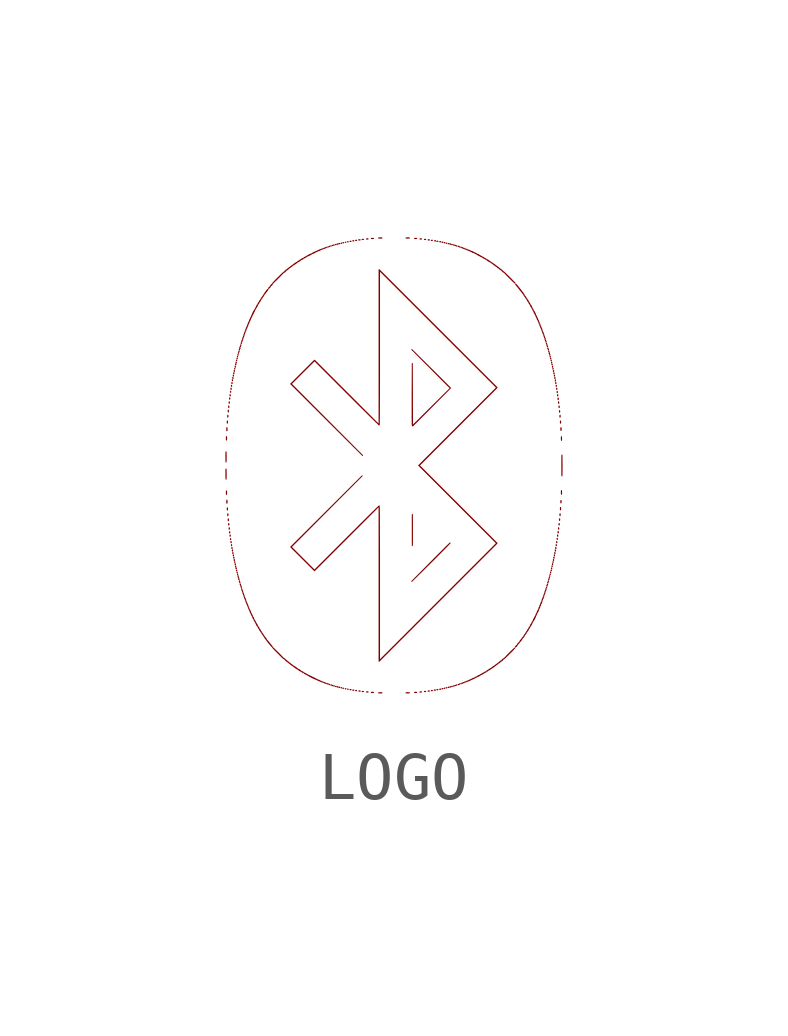
<source format=kicad_sym>
(kicad_symbol_lib
  (version 20220914)
  (generator bitmap2component)
  (symbol "LOGO"
    (pin_names
      (offset 1.016))
    (property "Reference" "#G"
      (at 0 4.103 0)
      (effects (font (size 1.27 1.27)) hide))
    (symbol "LOGO_0_0"
      (polyline (pts (xy -0.26 -4.734) (xy -0.248 -4.733) (xy -0.254 -4.731) (xy -0.28 -4.729) (xy -0.312 -4.731) (xy -0.312 -4.731) (xy -0.32 -4.733) (xy -0.31 -4.734) (xy -0.285 -4.735) (xy -0.26 -4.734)) (stroke (width 0.01) (type default)) (fill (type outline)))
      (polyline (pts (xy 0.311 -4.734) (xy 0.322 -4.733) (xy 0.317 -4.731) (xy 0.29 -4.729) (xy 0.259 -4.731) (xy 0.259 -4.731) (xy 0.251 -4.733) (xy 0.26 -4.734) (xy 0.285 -4.735) (xy 0.311 -4.734)) (stroke (width 0.01) (type default)) (fill (type outline)))
      (polyline (pts (xy -0.439 -4.726) (xy -0.425 -4.724) (xy -0.428 -4.721) (xy -0.441 -4.72) (xy -0.466 -4.721) (xy -0.471 -4.723) (xy -0.468 -4.725) (xy -0.45 -4.726) (xy -0.439 -4.726)) (stroke (width 0.01) (type default)) (fill (type outline)))
      (polyline (pts (xy 0.46 -4.726) (xy 0.474 -4.724) (xy 0.471 -4.721) (xy 0.458 -4.72) (xy 0.433 -4.721) (xy 0.428 -4.723) (xy 0.431 -4.725) (xy 0.45 -4.726) (xy 0.46 -4.726)) (stroke (width 0.01) (type default)) (fill (type outline)))
      (polyline (pts (xy -0.539 -4.715) (xy -0.539 -4.712) (xy -0.547 -4.71) (xy -0.568 -4.712) (xy -0.57 -4.712) (xy -0.571 -4.715) (xy -0.556 -4.716) (xy -0.554 -4.716) (xy -0.539 -4.715)) (stroke (width 0.01) (type default)) (fill (type outline)))
      (polyline (pts (xy 0.573 -4.715) (xy 0.573 -4.712) (xy 0.565 -4.71) (xy 0.544 -4.712) (xy 0.542 -4.712) (xy 0.541 -4.715) (xy 0.556 -4.716) (xy 0.558 -4.716) (xy 0.573 -4.715)) (stroke (width 0.01) (type default)) (fill (type outline)))
      (polyline (pts (xy -0.634 -4.706) (xy -0.636 -4.702) (xy -0.64 -4.701) (xy -0.66 -4.702) (xy -0.662 -4.706) (xy -0.648 -4.707) (xy -0.634 -4.706)) (stroke (width 0.01) (type default)) (fill (type outline)))
      (polyline (pts (xy 0.661 -4.706) (xy 0.66 -4.702) (xy 0.655 -4.701) (xy 0.636 -4.702) (xy 0.634 -4.706) (xy 0.648 -4.707) (xy 0.661 -4.706)) (stroke (width 0.01) (type default)) (fill (type outline)))
      (polyline (pts (xy -0.702 -4.696) (xy -0.703 -4.693) (xy -0.708 -4.691) (xy -0.728 -4.693) (xy -0.729 -4.696) (xy -0.716 -4.697) (xy -0.702 -4.696)) (stroke (width 0.01) (type default)) (fill (type outline)))
      (polyline (pts (xy 0.738 -4.696) (xy 0.737 -4.693) (xy 0.733 -4.691) (xy 0.713 -4.693) (xy 0.711 -4.696) (xy 0.725 -4.697) (xy 0.738 -4.696)) (stroke (width 0.01) (type default)) (fill (type outline)))
      (polyline (pts (xy -0.779 -4.688) (xy -0.776 -4.684) (xy -0.78 -4.682) (xy -0.795 -4.683) (xy -0.799 -4.686) (xy -0.789 -4.689) (xy -0.779 -4.688)) (stroke (width 0.01) (type default)) (fill (type outline)))
      (polyline (pts (xy 0.797 -4.688) (xy 0.8 -4.684) (xy 0.796 -4.682) (xy 0.781 -4.683) (xy 0.777 -4.686) (xy 0.787 -4.689) (xy 0.797 -4.688)) (stroke (width 0.01) (type default)) (fill (type outline)))
      (polyline (pts (xy -0.837 -4.678) (xy -0.834 -4.674) (xy -0.838 -4.672) (xy -0.853 -4.673) (xy -0.857 -4.677) (xy -0.847 -4.679) (xy -0.837 -4.678)) (stroke (width 0.01) (type default)) (fill (type outline)))
      (polyline (pts (xy 0.864 -4.677) (xy 0.863 -4.673) (xy 0.859 -4.672) (xy 0.839 -4.673) (xy 0.837 -4.677) (xy 0.851 -4.678) (xy 0.864 -4.677)) (stroke (width 0.01) (type default)) (fill (type outline)))
      (polyline (pts (xy -0.895 -4.669) (xy -0.892 -4.664) (xy -0.896 -4.662) (xy -0.911 -4.663) (xy -0.915 -4.667) (xy -0.905 -4.669) (xy -0.895 -4.669)) (stroke (width 0.01) (type default)) (fill (type outline)))
      (polyline (pts (xy 0.913 -4.669) (xy 0.916 -4.664) (xy 0.912 -4.662) (xy 0.897 -4.663) (xy 0.893 -4.667) (xy 0.903 -4.669) (xy 0.913 -4.669)) (stroke (width 0.01) (type default)) (fill (type outline)))
      (polyline (pts (xy -0.952 -4.66) (xy -0.951 -4.654) (xy -0.952 -4.653) (xy -0.964 -4.654) (xy -0.965 -4.657) (xy -0.957 -4.66) (xy -0.952 -4.66)) (stroke (width 0.01) (type default)) (fill (type outline)))
      (polyline (pts (xy 0.971 -4.659) (xy 0.974 -4.654) (xy 0.971 -4.653) (xy 0.955 -4.654) (xy 0.951 -4.657) (xy 0.961 -4.66) (xy 0.971 -4.659)) (stroke (width 0.01) (type default)) (fill (type outline)))
      (polyline (pts (xy -1 -4.65) (xy -0.999 -4.644) (xy -1.001 -4.643) (xy -1.012 -4.644) (xy -1.014 -4.647) (xy -1.006 -4.651) (xy -1 -4.65)) (stroke (width 0.01) (type default)) (fill (type outline)))
      (polyline (pts (xy 1.019 -4.649) (xy 1.022 -4.645) (xy 1.019 -4.643) (xy 1.004 -4.644) (xy 0.999 -4.648) (xy 1.01 -4.65) (xy 1.019 -4.649)) (stroke (width 0.01) (type default)) (fill (type outline)))
      (polyline (pts (xy -1.049 -4.64) (xy -1.048 -4.635) (xy -1.049 -4.633) (xy -1.06 -4.635) (xy -1.062 -4.638) (xy -1.054 -4.641) (xy -1.049 -4.64)) (stroke (width 0.01) (type default)) (fill (type outline)))
      (polyline (pts (xy 1.059 -4.64) (xy 1.06 -4.635) (xy 1.059 -4.633) (xy 1.047 -4.635) (xy 1.046 -4.638) (xy 1.054 -4.641) (xy 1.059 -4.64)) (stroke (width 0.01) (type default)) (fill (type outline)))
      (polyline (pts (xy -1.087 -4.631) (xy -1.086 -4.625) (xy -1.088 -4.624) (xy -1.099 -4.625) (xy -1.101 -4.628) (xy -1.093 -4.631) (xy -1.087 -4.631)) (stroke (width 0.01) (type default)) (fill (type outline)))
      (polyline (pts (xy 1.098 -4.631) (xy 1.099 -4.625) (xy 1.098 -4.624) (xy 1.086 -4.625) (xy 1.085 -4.628) (xy 1.093 -4.631) (xy 1.098 -4.631)) (stroke (width 0.01) (type default)) (fill (type outline)))
      (polyline (pts (xy -1.127 -4.62) (xy -1.124 -4.616) (xy -1.128 -4.614) (xy -1.143 -4.615) (xy -1.147 -4.619) (xy -1.137 -4.621) (xy -1.127 -4.62)) (stroke (width 0.01) (type default)) (fill (type outline)))
      (polyline (pts (xy 1.145 -4.62) (xy 1.148 -4.616) (xy 1.145 -4.614) (xy 1.129 -4.615) (xy 1.125 -4.619) (xy 1.135 -4.621) (xy 1.145 -4.62)) (stroke (width 0.01) (type default)) (fill (type outline)))
      (polyline (pts (xy -1.166 -4.611) (xy -1.163 -4.606) (xy -1.166 -4.604) (xy -1.181 -4.605) (xy -1.186 -4.609) (xy -1.176 -4.611) (xy -1.166 -4.611)) (stroke (width 0.01) (type default)) (fill (type outline)))
      (polyline (pts (xy 1.184 -4.611) (xy 1.187 -4.606) (xy 1.183 -4.604) (xy 1.168 -4.605) (xy 1.164 -4.609) (xy 1.174 -4.611) (xy 1.184 -4.611)) (stroke (width 0.01) (type default)) (fill (type outline)))
      (polyline (pts (xy -1.204 -4.602) (xy -1.202 -4.596) (xy -1.204 -4.595) (xy -1.215 -4.596) (xy -1.217 -4.599) (xy -1.209 -4.602) (xy -1.204 -4.602)) (stroke (width 0.01) (type default)) (fill (type outline)))
      (polyline (pts (xy 1.214 -4.602) (xy 1.215 -4.596) (xy 1.214 -4.595) (xy 1.202 -4.596) (xy 1.201 -4.599) (xy 1.209 -4.602) (xy 1.214 -4.602)) (stroke (width 0.01) (type default)) (fill (type outline)))
      (polyline (pts (xy -1.242 -4.592) (xy -1.241 -4.586) (xy -1.242 -4.585) (xy -1.254 -4.586) (xy -1.255 -4.589) (xy -1.247 -4.593) (xy -1.242 -4.592)) (stroke (width 0.01) (type default)) (fill (type outline)))
      (polyline (pts (xy 1.252 -4.592) (xy 1.254 -4.586) (xy 1.252 -4.585) (xy 1.241 -4.586) (xy 1.239 -4.589) (xy 1.247 -4.593) (xy 1.252 -4.592)) (stroke (width 0.01) (type default)) (fill (type outline)))
      (polyline (pts (xy -1.271 -4.582) (xy -1.27 -4.577) (xy -1.271 -4.575) (xy -1.283 -4.577) (xy -1.284 -4.58) (xy -1.276 -4.583) (xy -1.271 -4.582)) (stroke (width 0.01) (type default)) (fill (type outline)))
      (polyline (pts (xy 1.281 -4.582) (xy 1.283 -4.577) (xy 1.281 -4.575) (xy 1.27 -4.577) (xy 1.268 -4.58) (xy 1.276 -4.583) (xy 1.281 -4.582)) (stroke (width 0.01) (type default)) (fill (type outline)))
      (polyline (pts (xy -1.3 -4.573) (xy -1.299 -4.567) (xy -1.3 -4.566) (xy -1.312 -4.567) (xy -1.313 -4.57) (xy -1.305 -4.573) (xy -1.3 -4.573)) (stroke (width 0.01) (type default)) (fill (type outline)))
      (polyline (pts (xy 1.31 -4.573) (xy 1.312 -4.567) (xy 1.31 -4.566) (xy 1.299 -4.567) (xy 1.297 -4.57) (xy 1.305 -4.573) (xy 1.31 -4.573)) (stroke (width 0.01) (type default)) (fill (type outline)))
      (polyline (pts (xy -1.334 -4.559) (xy -1.339 -4.554) (xy -1.344 -4.559) (xy -1.339 -4.564) (xy -1.334 -4.559)) (stroke (width 0.01) (type default)) (fill (type outline)))
      (polyline (pts (xy 1.349 -4.563) (xy 1.35 -4.557) (xy 1.349 -4.556) (xy 1.337 -4.557) (xy 1.336 -4.56) (xy 1.344 -4.564) (xy 1.349 -4.563)) (stroke (width 0.01) (type default)) (fill (type outline)))
      (polyline (pts (xy -1.363 -4.549) (xy -1.368 -4.544) (xy -1.373 -4.549) (xy -1.368 -4.554) (xy -1.363 -4.549)) (stroke (width 0.01) (type default)) (fill (type outline)))
      (polyline (pts (xy 1.373 -4.549) (xy 1.368 -4.544) (xy 1.363 -4.549) (xy 1.368 -4.554) (xy 1.373 -4.549)) (stroke (width 0.01) (type default)) (fill (type outline)))
      (polyline (pts (xy -1.387 -4.544) (xy -1.386 -4.538) (xy -1.387 -4.537) (xy -1.399 -4.538) (xy -1.4 -4.541) (xy -1.392 -4.544) (xy -1.387 -4.544)) (stroke (width 0.01) (type default)) (fill (type outline)))
      (polyline (pts (xy 1.402 -4.54) (xy 1.397 -4.535) (xy 1.392 -4.54) (xy 1.397 -4.544) (xy 1.402 -4.54)) (stroke (width 0.01) (type default)) (fill (type outline)))
      (polyline (pts (xy -1.416 -4.534) (xy -1.415 -4.528) (xy -1.416 -4.527) (xy -1.428 -4.528) (xy -1.429 -4.531) (xy -1.421 -4.535) (xy -1.416 -4.534)) (stroke (width 0.01) (type default)) (fill (type outline)))
      (polyline (pts (xy 1.426 -4.534) (xy 1.428 -4.528) (xy 1.426 -4.527) (xy 1.415 -4.528) (xy 1.413 -4.531) (xy 1.421 -4.535) (xy 1.426 -4.534)) (stroke (width 0.01) (type default)) (fill (type outline)))
      (polyline (pts (xy -1.445 -4.524) (xy -1.444 -4.519) (xy -1.445 -4.517) (xy -1.457 -4.519) (xy -1.458 -4.521) (xy -1.45 -4.525) (xy -1.445 -4.524)) (stroke (width 0.01) (type default)) (fill (type outline)))
      (polyline (pts (xy 1.455 -4.524) (xy 1.457 -4.519) (xy 1.455 -4.517) (xy 1.444 -4.519) (xy 1.442 -4.521) (xy 1.45 -4.525) (xy 1.455 -4.524)) (stroke (width 0.01) (type default)) (fill (type outline)))
      (polyline (pts (xy -1.47 -4.511) (xy -1.474 -4.506) (xy -1.479 -4.511) (xy -1.474 -4.515) (xy -1.47 -4.511)) (stroke (width 0.01) (type default)) (fill (type outline)))
      (polyline (pts (xy 1.479 -4.511) (xy 1.474 -4.506) (xy 1.47 -4.511) (xy 1.474 -4.515) (xy 1.479 -4.511)) (stroke (width 0.01) (type default)) (fill (type outline)))
      (polyline (pts (xy -1.494 -4.505) (xy -1.492 -4.499) (xy -1.494 -4.498) (xy -1.505 -4.499) (xy -1.507 -4.502) (xy -1.499 -4.506) (xy -1.494 -4.505)) (stroke (width 0.01) (type default)) (fill (type outline)))
      (polyline (pts (xy 1.504 -4.505) (xy 1.505 -4.499) (xy 1.504 -4.498) (xy 1.492 -4.499) (xy 1.491 -4.502) (xy 1.499 -4.506) (xy 1.504 -4.505)) (stroke (width 0.01) (type default)) (fill (type outline)))
      (polyline (pts (xy -1.518 -4.491) (xy -1.523 -4.486) (xy -1.528 -4.491) (xy -1.523 -4.496) (xy -1.518 -4.491)) (stroke (width 0.01) (type default)) (fill (type outline)))
      (polyline (pts (xy 1.528 -4.491) (xy 1.523 -4.486) (xy 1.518 -4.491) (xy 1.523 -4.496) (xy 1.528 -4.491)) (stroke (width 0.01) (type default)) (fill (type outline)))
      (polyline (pts (xy -1.539 -4.484) (xy -1.547 -4.477) (xy -1.555 -4.472) (xy -1.571 -4.467) (xy -1.574 -4.469) (xy -1.566 -4.477) (xy -1.558 -4.481) (xy -1.542 -4.486) (xy -1.539 -4.484)) (stroke (width 0.01) (type default)) (fill (type outline)))
      (polyline (pts (xy 1.552 -4.486) (xy 1.553 -4.48) (xy 1.552 -4.479) (xy 1.54 -4.48) (xy 1.539 -4.483) (xy 1.547 -4.486) (xy 1.552 -4.486)) (stroke (width 0.01) (type default)) (fill (type outline)))
      (polyline (pts (xy 1.576 -4.472) (xy 1.571 -4.467) (xy 1.566 -4.472) (xy 1.571 -4.477) (xy 1.576 -4.472)) (stroke (width 0.01) (type default)) (fill (type outline)))
      (polyline (pts (xy -1.586 -4.462) (xy -1.591 -4.457) (xy -1.595 -4.462) (xy -1.591 -4.467) (xy -1.586 -4.462)) (stroke (width 0.01) (type default)) (fill (type outline)))
      (polyline (pts (xy 1.595 -4.462) (xy 1.591 -4.457) (xy 1.586 -4.462) (xy 1.591 -4.467) (xy 1.595 -4.462)) (stroke (width 0.01) (type default)) (fill (type outline)))
      (polyline (pts (xy -1.605 -4.452) (xy -1.61 -4.448) (xy -1.615 -4.452) (xy -1.61 -4.457) (xy -1.605 -4.452)) (stroke (width 0.01) (type default)) (fill (type outline)))
      (polyline (pts (xy 1.615 -4.452) (xy 1.61 -4.448) (xy 1.605 -4.452) (xy 1.61 -4.457) (xy 1.615 -4.452)) (stroke (width 0.01) (type default)) (fill (type outline)))
      (polyline (pts (xy -1.625 -4.444) (xy -1.627 -4.442) (xy -1.643 -4.434) (xy -1.668 -4.42) (xy -1.7 -4.405) (xy -1.732 -4.389) (xy -1.76 -4.376) (xy -1.781 -4.367) (xy -1.789 -4.365) (xy -1.787 -4.367) (xy -1.773 -4.376) (xy -1.747 -4.391) (xy -1.714 -4.408) (xy -1.703 -4.414) (xy -1.664 -4.433) (xy -1.637 -4.444) (xy -1.624 -4.448) (xy -1.625 -4.444)) (stroke (width 0.01) (type default)) (fill (type outline)))
      (polyline (pts (xy 1.636 -4.446) (xy 1.653 -4.438) (xy 1.66 -4.433) (xy 1.658 -4.429) (xy 1.652 -4.43) (xy 1.634 -4.438) (xy 1.627 -4.443) (xy 1.629 -4.447) (xy 1.636 -4.446)) (stroke (width 0.01) (type default)) (fill (type outline)))
      (polyline (pts (xy 1.682 -4.423) (xy 1.677 -4.419) (xy 1.673 -4.423) (xy 1.677 -4.428) (xy 1.682 -4.423)) (stroke (width 0.01) (type default)) (fill (type outline)))
      (polyline (pts (xy 1.704 -4.413) (xy 1.714 -4.408) (xy 1.716 -4.401) (xy 1.712 -4.4) (xy 1.699 -4.408) (xy 1.698 -4.409) (xy 1.693 -4.416) (xy 1.704 -4.413)) (stroke (width 0.01) (type default)) (fill (type outline)))
      (polyline (pts (xy 1.74 -4.394) (xy 1.76 -4.385) (xy 1.762 -4.383) (xy 1.781 -4.372) (xy 1.789 -4.365) (xy 1.788 -4.364) (xy 1.779 -4.366) (xy 1.76 -4.375) (xy 1.757 -4.377) (xy 1.738 -4.388) (xy 1.731 -4.395) (xy 1.731 -4.395) (xy 1.74 -4.394)) (stroke (width 0.01) (type default)) (fill (type outline)))
      (polyline (pts (xy -1.798 -4.356) (xy -1.803 -4.351) (xy -1.808 -4.356) (xy -1.803 -4.361) (xy -1.798 -4.356)) (stroke (width 0.01) (type default)) (fill (type outline)))
      (polyline (pts (xy 1.808 -4.356) (xy 1.803 -4.351) (xy 1.798 -4.356) (xy 1.803 -4.361) (xy 1.808 -4.356)) (stroke (width 0.01) (type default)) (fill (type outline)))
      (polyline (pts (xy -1.818 -4.346) (xy -1.823 -4.341) (xy -1.827 -4.346) (xy -1.823 -4.351) (xy -1.818 -4.346)) (stroke (width 0.01) (type default)) (fill (type outline)))
      (polyline (pts (xy 1.827 -4.346) (xy 1.823 -4.341) (xy 1.818 -4.346) (xy 1.823 -4.351) (xy 1.827 -4.346)) (stroke (width 0.01) (type default)) (fill (type outline)))
      (polyline (pts (xy -1.837 -4.337) (xy -1.842 -4.331) (xy -1.859 -4.322) (xy -1.871 -4.316) (xy -1.874 -4.316) (xy -1.862 -4.326) (xy -1.852 -4.334) (xy -1.84 -4.341) (xy -1.837 -4.337)) (stroke (width 0.01) (type default)) (fill (type outline)))
      (polyline (pts (xy 1.856 -4.332) (xy 1.868 -4.324) (xy 1.876 -4.316) (xy 1.871 -4.316) (xy 1.856 -4.322) (xy 1.845 -4.329) (xy 1.837 -4.337) (xy 1.841 -4.338) (xy 1.856 -4.332)) (stroke (width 0.01) (type default)) (fill (type outline)))
      (polyline (pts (xy -1.885 -4.308) (xy -1.891 -4.302) (xy -1.907 -4.293) (xy -1.919 -4.287) (xy -1.923 -4.287) (xy -1.91 -4.297) (xy -1.9 -4.305) (xy -1.889 -4.312) (xy -1.885 -4.308)) (stroke (width 0.01) (type default)) (fill (type outline)))
      (polyline (pts (xy 1.895 -4.307) (xy 1.89 -4.303) (xy 1.885 -4.307) (xy 1.89 -4.312) (xy 1.895 -4.307)) (stroke (width 0.01) (type default)) (fill (type outline)))
      (polyline (pts (xy 1.91 -4.302) (xy 1.919 -4.293) (xy 1.921 -4.29) (xy 1.92 -4.283) (xy 1.919 -4.284) (xy 1.91 -4.293) (xy 1.908 -4.296) (xy 1.908 -4.303) (xy 1.91 -4.302)) (stroke (width 0.01) (type default)) (fill (type outline)))
      (polyline (pts (xy -1.935 -4.279) (xy -1.948 -4.268) (xy -1.966 -4.255) (xy -1.985 -4.244) (xy -1.999 -4.237) (xy -2.001 -4.239) (xy -1.991 -4.248) (xy -1.97 -4.263) (xy -1.964 -4.266) (xy -1.944 -4.278) (xy -1.934 -4.283) (xy -1.935 -4.279)) (stroke (width 0.01) (type default)) (fill (type outline)))
      (polyline (pts (xy 1.939 -4.283) (xy 1.948 -4.274) (xy 1.95 -4.27) (xy 1.949 -4.264) (xy 1.948 -4.264) (xy 1.939 -4.274) (xy 1.937 -4.277) (xy 1.937 -4.283) (xy 1.939 -4.283)) (stroke (width 0.01) (type default)) (fill (type outline)))
      (polyline (pts (xy 1.977 -4.255) (xy 1.993 -4.247) (xy 2.016 -4.23) (xy 2.035 -4.215) (xy 2.016 -4.224) (xy 2.001 -4.233) (xy 1.977 -4.249) (xy 1.958 -4.265) (xy 1.977 -4.255)) (stroke (width 0.01) (type default)) (fill (type outline)))
      (polyline (pts (xy -2.011 -4.231) (xy -2.015 -4.226) (xy -2.031 -4.213) (xy -2.055 -4.196) (xy -2.073 -4.184) (xy -2.091 -4.173) (xy -2.098 -4.171) (xy -2.095 -4.175) (xy -2.08 -4.188) (xy -2.057 -4.205) (xy -2.057 -4.205) (xy -2.031 -4.223) (xy -2.018 -4.232) (xy -2.012 -4.234) (xy -2.011 -4.231)) (stroke (width 0.01) (type default)) (fill (type outline)))
      (polyline (pts (xy 2.05 -4.208) (xy 2.069 -4.196) (xy 2.074 -4.193) (xy 2.091 -4.179) (xy 2.098 -4.171) (xy 2.098 -4.17) (xy 2.088 -4.174) (xy 2.069 -4.187) (xy 2.065 -4.19) (xy 2.047 -4.204) (xy 2.04 -4.212) (xy 2.041 -4.213) (xy 2.05 -4.208)) (stroke (width 0.01) (type default)) (fill (type outline)))
      (polyline (pts (xy -2.11 -4.167) (xy -2.11 -4.161) (xy -2.125 -4.147) (xy -2.132 -4.141) (xy -2.137 -4.139) (xy -2.128 -4.15) (xy -2.12 -4.161) (xy -2.111 -4.167) (xy -2.11 -4.167)) (stroke (width 0.01) (type default)) (fill (type outline)))
      (polyline (pts (xy 2.128 -4.15) (xy 2.134 -4.143) (xy 2.136 -4.138) (xy 2.125 -4.147) (xy 2.114 -4.155) (xy 2.108 -4.164) (xy 2.108 -4.165) (xy 2.114 -4.165) (xy 2.128 -4.15)) (stroke (width 0.01) (type default)) (fill (type outline)))
      (polyline (pts (xy -2.147 -4.135) (xy -2.15 -4.13) (xy -2.163 -4.118) (xy -2.17 -4.112) (xy -2.175 -4.11) (xy -2.167 -4.121) (xy -2.164 -4.125) (xy -2.151 -4.138) (xy -2.147 -4.135)) (stroke (width 0.01) (type default)) (fill (type outline)))
      (polyline (pts (xy 2.167 -4.121) (xy 2.172 -4.114) (xy 2.175 -4.109) (xy 2.163 -4.118) (xy 2.153 -4.127) (xy 2.146 -4.135) (xy 2.147 -4.136) (xy 2.153 -4.136) (xy 2.167 -4.121)) (stroke (width 0.01) (type default)) (fill (type outline)))
      (polyline (pts (xy -2.186 -4.109) (xy -2.189 -4.101) (xy -2.207 -4.084) (xy -2.229 -4.066) (xy -2.21 -4.088) (xy -2.196 -4.103) (xy -2.188 -4.109) (xy -2.186 -4.109)) (stroke (width 0.01) (type default)) (fill (type outline)))
      (polyline (pts (xy 2.195 -4.104) (xy 2.209 -4.09) (xy 2.22 -4.077) (xy 2.222 -4.071) (xy 2.214 -4.076) (xy 2.2 -4.09) (xy 2.189 -4.103) (xy 2.187 -4.109) (xy 2.195 -4.104)) (stroke (width 0.01) (type default)) (fill (type outline)))
      (polyline (pts (xy -2.234 -4.069) (xy -2.24 -4.06) (xy -2.26 -4.041) (xy -2.287 -4.017) (xy -2.263 -4.044) (xy -2.26 -4.048) (xy -2.244 -4.064) (xy -2.237 -4.071) (xy -2.234 -4.069)) (stroke (width 0.01) (type default)) (fill (type outline)))
      (polyline (pts (xy 0.918 -2.847) (xy 2.146 -1.619) (xy 1.337 -0.81) (xy 0.527 0) (xy 1.337 0.81) (xy 2.146 1.62) (xy 0.918 2.848) (xy -0.309 4.075) (xy -0.309 2.461) (xy -0.309 0.846) (xy -0.981 1.518) (xy -1.653 2.19) (xy -1.9 1.943) (xy -2.147 1.697) (xy -1.4 0.952) (xy -0.653 0.208) (xy -1.395 0.953) (xy -2.137 1.697) (xy -1.895 1.939) (xy -1.653 2.18) (xy -0.984 1.511) (xy -0.937 1.464) (xy -0.844 1.371) (xy -0.756 1.283) (xy -0.672 1.2) (xy -0.595 1.124) (xy -0.525 1.054) (xy -0.463 0.993) (xy -0.41 0.941) (xy -0.367 0.899) (xy -0.335 0.867) (xy -0.315 0.848) (xy -0.307 0.841) (xy -0.306 0.85) (xy -0.305 0.878) (xy -0.305 0.923) (xy -0.304 0.984) (xy -0.303 1.06) (xy -0.303 1.151) (xy -0.302 1.256) (xy -0.302 1.372) (xy -0.301 1.5) (xy -0.301 1.638) (xy -0.3 1.786) (xy -0.3 1.941) (xy -0.3 2.104) (xy -0.3 2.274) (xy -0.3 2.449) (xy -0.3 4.056) (xy 0.918 2.838) (xy 2.137 1.62) (xy 1.327 0.81) (xy 0.517 0) (xy 1.327 -0.81) (xy 2.137 -1.619) (xy 0.918 -2.838) (xy -0.3 -4.056) (xy -0.3 -2.449) (xy -0.3 -2.277) (xy -0.3 -2.108) (xy -0.3 -1.944) (xy -0.3 -1.788) (xy -0.301 -1.641) (xy -0.301 -1.502) (xy -0.302 -1.374) (xy -0.302 -1.258) (xy -0.303 -1.153) (xy -0.303 -1.062) (xy -0.304 -0.985) (xy -0.305 -0.924) (xy -0.305 -0.878) (xy -0.306 -0.851) (xy -0.307 -0.841) (xy -0.309 -0.843) (xy -0.323 -0.856) (xy -0.349 -0.881) (xy -0.387 -0.918) (xy -0.435 -0.965) (xy -0.493 -1.022) (xy -0.559 -1.087) (xy -0.632 -1.16) (xy -0.713 -1.24) (xy -0.798 -1.326) (xy -0.889 -1.416) (xy -0.984 -1.511) (xy -1.653 -2.18) (xy -1.895 -1.939) (xy -2.137 -1.697) (xy -1.4 -0.957) (xy -0.662 -0.217) (xy -1.404 -0.957) (xy -2.147 -1.697) (xy -1.9 -1.943) (xy -1.653 -2.19) (xy -0.981 -1.518) (xy -0.309 -0.846) (xy -0.309 -2.461) (xy -0.309 -4.075) (xy 0.918 -2.847)) (stroke (width 0.01) (type default)) (fill (type outline)))
      (polyline (pts (xy 2.236 -4.07) (xy 2.246 -4.063) (xy 2.263 -4.046) (xy 2.265 -4.043) (xy 2.278 -4.028) (xy 2.28 -4.022) (xy 2.28 -4.022) (xy 2.269 -4.03) (xy 2.253 -4.046) (xy 2.25 -4.05) (xy 2.237 -4.064) (xy 2.235 -4.071) (xy 2.236 -4.07)) (stroke (width 0.01) (type default)) (fill (type outline)))
      (polyline (pts (xy -2.295 -4.018) (xy -2.309 -4.002) (xy -2.333 -3.977) (xy -2.365 -3.944) (xy -2.403 -3.906) (xy -2.433 -3.876) (xy -2.468 -3.842) (xy -2.496 -3.815) (xy -2.515 -3.797) (xy -2.523 -3.79) (xy -2.521 -3.794) (xy -2.506 -3.81) (xy -2.482 -3.835) (xy -2.45 -3.868) (xy -2.412 -3.906) (xy -2.382 -3.936) (xy -2.348 -3.97) (xy -2.319 -3.998) (xy -2.3 -4.016) (xy -2.292 -4.022) (xy -2.295 -4.018)) (stroke (width 0.01) (type default)) (fill (type outline)))
      (polyline (pts (xy 2.296 -4.019) (xy 2.312 -4.005) (xy 2.337 -3.98) (xy 2.37 -3.948) (xy 2.408 -3.911) (xy 2.434 -3.885) (xy 2.467 -3.851) (xy 2.492 -3.824) (xy 2.509 -3.806) (xy 2.514 -3.8) (xy 2.51 -3.803) (xy 2.494 -3.817) (xy 2.468 -3.842) (xy 2.435 -3.874) (xy 2.398 -3.911) (xy 2.372 -3.937) (xy 2.339 -3.971) (xy 2.313 -3.998) (xy 2.297 -4.016) (xy 2.292 -4.022) (xy 2.296 -4.019)) (stroke (width 0.01) (type default)) (fill (type outline)))
      (polyline (pts (xy -2.529 -3.778) (xy -2.539 -3.763) (xy -2.558 -3.739) (xy -2.583 -3.708) (xy -2.599 -3.689) (xy -2.622 -3.661) (xy -2.639 -3.642) (xy -2.647 -3.635) (xy -2.647 -3.639) (xy -2.638 -3.652) (xy -2.638 -3.653) (xy -2.624 -3.67) (xy -2.603 -3.695) (xy -2.578 -3.725) (xy -2.574 -3.73) (xy -2.552 -3.755) (xy -2.535 -3.774) (xy -2.528 -3.78) (xy -2.529 -3.778)) (stroke (width 0.01) (type default)) (fill (type outline)))
      (polyline (pts (xy 2.526 -3.78) (xy 2.536 -3.773) (xy 2.553 -3.756) (xy 2.555 -3.753) (xy 2.568 -3.738) (xy 2.57 -3.732) (xy 2.57 -3.732) (xy 2.559 -3.74) (xy 2.543 -3.756) (xy 2.54 -3.76) (xy 2.527 -3.774) (xy 2.525 -3.78) (xy 2.526 -3.78)) (stroke (width 0.01) (type default)) (fill (type outline)))
      (polyline (pts (xy 2.582 -3.717) (xy 2.596 -3.703) (xy 2.607 -3.69) (xy 2.609 -3.684) (xy 2.601 -3.689) (xy 2.586 -3.703) (xy 2.576 -3.716) (xy 2.574 -3.723) (xy 2.582 -3.717)) (stroke (width 0.01) (type default)) (fill (type outline)))
      (polyline (pts (xy 2.626 -3.663) (xy 2.64 -3.647) (xy 2.654 -3.628) (xy 2.664 -3.613) (xy 2.666 -3.606) (xy 2.663 -3.608) (xy 2.651 -3.621) (xy 2.634 -3.642) (xy 2.625 -3.654) (xy 2.617 -3.668) (xy 2.618 -3.671) (xy 2.626 -3.663)) (stroke (width 0.01) (type default)) (fill (type outline)))
      (polyline (pts (xy -2.652 -3.625) (xy -2.656 -3.615) (xy -2.669 -3.597) (xy -2.672 -3.592) (xy -2.686 -3.575) (xy -2.694 -3.568) (xy -2.695 -3.568) (xy -2.69 -3.578) (xy -2.678 -3.597) (xy -2.675 -3.601) (xy -2.661 -3.619) (xy -2.653 -3.626) (xy -2.652 -3.625)) (stroke (width 0.01) (type default)) (fill (type outline)))
      (polyline (pts (xy 2.689 -3.58) (xy 2.695 -3.573) (xy 2.697 -3.568) (xy 2.686 -3.576) (xy 2.675 -3.585) (xy 2.669 -3.593) (xy 2.669 -3.595) (xy 2.675 -3.595) (xy 2.689 -3.58)) (stroke (width 0.01) (type default)) (fill (type outline)))
      (polyline (pts (xy -2.7 -3.558) (xy -2.698 -3.552) (xy -2.709 -3.543) (xy -2.714 -3.54) (xy -2.713 -3.547) (xy -2.71 -3.551) (xy -2.702 -3.558) (xy -2.7 -3.558)) (stroke (width 0.01) (type default)) (fill (type outline)))
      (polyline (pts (xy 2.703 -3.558) (xy 2.712 -3.548) (xy 2.714 -3.545) (xy 2.713 -3.539) (xy 2.712 -3.539) (xy 2.702 -3.548) (xy 2.701 -3.552) (xy 2.701 -3.558) (xy 2.703 -3.558)) (stroke (width 0.01) (type default)) (fill (type outline)))
      (polyline (pts (xy -2.72 -3.529) (xy -2.718 -3.523) (xy -2.728 -3.514) (xy -2.733 -3.511) (xy -2.732 -3.518) (xy -2.729 -3.522) (xy -2.721 -3.529) (xy -2.72 -3.529)) (stroke (width 0.01) (type default)) (fill (type outline)))
      (polyline (pts (xy 2.722 -3.529) (xy 2.731 -3.519) (xy 2.733 -3.516) (xy 2.732 -3.51) (xy 2.731 -3.51) (xy 2.722 -3.519) (xy 2.72 -3.523) (xy 2.721 -3.529) (xy 2.722 -3.529)) (stroke (width 0.01) (type default)) (fill (type outline)))
      (polyline (pts (xy -2.739 -3.5) (xy -2.737 -3.494) (xy -2.748 -3.485) (xy -2.753 -3.482) (xy -2.752 -3.489) (xy -2.749 -3.493) (xy -2.741 -3.5) (xy -2.739 -3.5)) (stroke (width 0.01) (type default)) (fill (type outline)))
      (polyline (pts (xy 2.742 -3.5) (xy 2.751 -3.49) (xy 2.752 -3.487) (xy 2.752 -3.481) (xy 2.75 -3.481) (xy 2.741 -3.49) (xy 2.739 -3.494) (xy 2.74 -3.5) (xy 2.742 -3.5)) (stroke (width 0.01) (type default)) (fill (type outline)))
      (polyline (pts (xy -2.759 -3.471) (xy -2.756 -3.465) (xy -2.767 -3.456) (xy -2.772 -3.453) (xy -2.771 -3.46) (xy -2.768 -3.464) (xy -2.76 -3.471) (xy -2.759 -3.471)) (stroke (width 0.01) (type default)) (fill (type outline)))
      (polyline (pts (xy 2.761 -3.471) (xy 2.77 -3.461) (xy 2.772 -3.458) (xy 2.771 -3.452) (xy 2.769 -3.452) (xy 2.76 -3.461) (xy 2.759 -3.465) (xy 2.759 -3.471) (xy 2.761 -3.471)) (stroke (width 0.01) (type default)) (fill (type outline)))
      (polyline (pts (xy -2.778 -3.438) (xy -2.785 -3.423) (xy -2.792 -3.411) (xy -2.8 -3.403) (xy -2.8 -3.408) (xy -2.794 -3.423) (xy -2.787 -3.435) (xy -2.779 -3.442) (xy -2.778 -3.438)) (stroke (width 0.01) (type default)) (fill (type outline)))
      (polyline (pts (xy 2.784 -3.438) (xy 2.794 -3.423) (xy 2.8 -3.41) (xy 2.8 -3.403) (xy 2.795 -3.408) (xy 2.785 -3.423) (xy 2.779 -3.435) (xy 2.779 -3.442) (xy 2.784 -3.438)) (stroke (width 0.01) (type default)) (fill (type outline)))
      (polyline (pts (xy -2.807 -3.389) (xy -2.814 -3.374) (xy -2.821 -3.362) (xy -2.829 -3.355) (xy -2.83 -3.359) (xy -2.823 -3.374) (xy -2.816 -3.386) (xy -2.808 -3.394) (xy -2.807 -3.389)) (stroke (width 0.01) (type default)) (fill (type outline)))
      (polyline (pts (xy 2.813 -3.39) (xy 2.823 -3.374) (xy 2.829 -3.362) (xy 2.829 -3.355) (xy 2.824 -3.359) (xy 2.814 -3.374) (xy 2.808 -3.387) (xy 2.808 -3.394) (xy 2.813 -3.39)) (stroke (width 0.01) (type default)) (fill (type outline)))
      (polyline (pts (xy -2.837 -3.345) (xy -2.839 -3.336) (xy -2.848 -3.316) (xy -2.849 -3.314) (xy -2.86 -3.295) (xy -2.867 -3.287) (xy -2.868 -3.288) (xy -2.866 -3.297) (xy -2.857 -3.316) (xy -2.856 -3.319) (xy -2.845 -3.338) (xy -2.837 -3.345) (xy -2.837 -3.345)) (stroke (width 0.01) (type default)) (fill (type outline)))
      (polyline (pts (xy 2.838 -3.345) (xy 2.846 -3.336) (xy 2.857 -3.316) (xy 2.859 -3.313) (xy 2.867 -3.295) (xy 2.867 -3.287) (xy 2.867 -3.288) (xy 2.859 -3.297) (xy 2.847 -3.316) (xy 2.846 -3.32) (xy 2.838 -3.338) (xy 2.837 -3.345) (xy 2.838 -3.345)) (stroke (width 0.01) (type default)) (fill (type outline)))
      (polyline (pts (xy -2.872 -3.273) (xy -2.877 -3.268) (xy -2.881 -3.273) (xy -2.877 -3.278) (xy -2.872 -3.273)) (stroke (width 0.01) (type default)) (fill (type outline)))
      (polyline (pts (xy 2.881 -3.273) (xy 2.876 -3.268) (xy 2.872 -3.273) (xy 2.876 -3.278) (xy 2.881 -3.273)) (stroke (width 0.01) (type default)) (fill (type outline)))
      (polyline (pts (xy -2.881 -3.253) (xy -2.886 -3.249) (xy -2.891 -3.253) (xy -2.886 -3.258) (xy -2.881 -3.253)) (stroke (width 0.01) (type default)) (fill (type outline)))
      (polyline (pts (xy 2.891 -3.253) (xy 2.886 -3.249) (xy 2.881 -3.253) (xy 2.886 -3.258) (xy 2.891 -3.253)) (stroke (width 0.01) (type default)) (fill (type outline)))
      (polyline (pts (xy -2.897 -3.224) (xy -2.901 -3.217) (xy -2.908 -3.214) (xy -2.909 -3.216) (xy -2.906 -3.229) (xy -2.901 -3.235) (xy -2.895 -3.238) (xy -2.897 -3.224)) (stroke (width 0.01) (type default)) (fill (type outline)))
      (polyline (pts (xy 2.9 -3.234) (xy 2.911 -3.217) (xy 2.924 -3.192) (xy 2.936 -3.167) (xy 2.945 -3.147) (xy 2.947 -3.137) (xy 2.942 -3.141) (xy 2.931 -3.159) (xy 2.917 -3.186) (xy 2.905 -3.211) (xy 2.897 -3.231) (xy 2.896 -3.239) (xy 2.9 -3.234)) (stroke (width 0.01) (type default)) (fill (type outline)))
      (polyline (pts (xy -2.915 -3.196) (xy -2.922 -3.176) (xy -2.93 -3.16) (xy -2.937 -3.156) (xy -2.937 -3.163) (xy -2.93 -3.18) (xy -2.928 -3.185) (xy -2.917 -3.199) (xy -2.915 -3.196)) (stroke (width 0.01) (type default)) (fill (type outline)))
      (polyline (pts (xy -2.939 -3.138) (xy -2.944 -3.133) (xy -2.949 -3.138) (xy -2.944 -3.142) (xy -2.939 -3.138)) (stroke (width 0.01) (type default)) (fill (type outline)))
      (polyline (pts (xy -2.949 -3.118) (xy -2.954 -3.113) (xy -2.959 -3.118) (xy -2.954 -3.123) (xy -2.949 -3.118)) (stroke (width 0.01) (type default)) (fill (type outline)))
      (polyline (pts (xy 2.959 -3.118) (xy 2.954 -3.113) (xy 2.949 -3.118) (xy 2.954 -3.123) (xy 2.959 -3.118)) (stroke (width 0.01) (type default)) (fill (type outline)))
      (polyline (pts (xy -2.959 -3.099) (xy -2.963 -3.094) (xy -2.968 -3.099) (xy -2.963 -3.104) (xy -2.959 -3.099)) (stroke (width 0.01) (type default)) (fill (type outline)))
      (polyline (pts (xy 2.968 -3.099) (xy 2.963 -3.094) (xy 2.959 -3.099) (xy 2.963 -3.104) (xy 2.968 -3.099)) (stroke (width 0.01) (type default)) (fill (type outline)))
      (polyline (pts (xy -2.968 -3.079) (xy -2.973 -3.075) (xy -2.978 -3.079) (xy -2.973 -3.084) (xy -2.968 -3.079)) (stroke (width 0.01) (type default)) (fill (type outline)))
      (polyline (pts (xy 2.978 -3.079) (xy 2.973 -3.075) (xy 2.968 -3.079) (xy 2.973 -3.084) (xy 2.978 -3.079)) (stroke (width 0.01) (type default)) (fill (type outline)))
      (polyline (pts (xy -2.98 -3.055) (xy -2.986 -3.039) (xy -2.995 -3.028) (xy -2.997 -3.032) (xy -2.991 -3.05) (xy -2.987 -3.058) (xy -2.981 -3.061) (xy -2.98 -3.055)) (stroke (width 0.01) (type default)) (fill (type outline)))
      (polyline (pts (xy 2.983 -3.06) (xy 2.993 -3.046) (xy 3.002 -3.027) (xy 3.006 -3.012) (xy 3.006 -3.011) (xy 3.002 -3.012) (xy 2.993 -3.026) (xy 2.983 -3.045) (xy 2.979 -3.06) (xy 2.979 -3.06) (xy 2.983 -3.06)) (stroke (width 0.01) (type default)) (fill (type outline)))
      (polyline (pts (xy -2.997 -3.012) (xy -3.002 -3.007) (xy -3.007 -3.012) (xy -3.002 -3.017) (xy -2.997 -3.012)) (stroke (width 0.01) (type default)) (fill (type outline)))
      (polyline (pts (xy -3.007 -2.993) (xy -3.012 -2.988) (xy -3.017 -2.993) (xy -3.012 -2.997) (xy -3.007 -2.993)) (stroke (width 0.01) (type default)) (fill (type outline)))
      (polyline (pts (xy 3.017 -2.993) (xy 3.012 -2.988) (xy 3.007 -2.993) (xy 3.012 -2.997) (xy 3.017 -2.993)) (stroke (width 0.01) (type default)) (fill (type outline)))
      (polyline (pts (xy -3.019 -2.973) (xy -3.02 -2.962) (xy -3.023 -2.96) (xy -3.026 -2.968) (xy -3.026 -2.973) (xy -3.02 -2.975) (xy -3.019 -2.973)) (stroke (width 0.01) (type default)) (fill (type outline)))
      (polyline (pts (xy 3.026 -2.968) (xy 3.031 -2.96) (xy 3.036 -2.944) (xy 3.034 -2.941) (xy 3.026 -2.949) (xy 3.022 -2.957) (xy 3.017 -2.973) (xy 3.019 -2.976) (xy 3.026 -2.968)) (stroke (width 0.01) (type default)) (fill (type outline)))
      (polyline (pts (xy -3.026 -2.944) (xy -3.031 -2.939) (xy -3.036 -2.944) (xy -3.031 -2.949) (xy -3.026 -2.944)) (stroke (width 0.01) (type default)) (fill (type outline)))
      (polyline (pts (xy -3.038 -2.925) (xy -3.039 -2.913) (xy -3.042 -2.912) (xy -3.046 -2.92) (xy -3.045 -2.925) (xy -3.039 -2.926) (xy -3.038 -2.925)) (stroke (width 0.01) (type default)) (fill (type outline)))
      (polyline (pts (xy 3.046 -2.92) (xy 3.05 -2.912) (xy 3.055 -2.896) (xy 3.053 -2.893) (xy 3.046 -2.901) (xy 3.041 -2.909) (xy 3.036 -2.925) (xy 3.038 -2.928) (xy 3.046 -2.92)) (stroke (width 0.01) (type default)) (fill (type outline)))
      (polyline (pts (xy -3.046 -2.896) (xy -3.05 -2.891) (xy -3.055 -2.896) (xy -3.05 -2.901) (xy -3.046 -2.896)) (stroke (width 0.01) (type default)) (fill (type outline)))
      (polyline (pts (xy -3.057 -2.877) (xy -3.059 -2.865) (xy -3.062 -2.864) (xy -3.065 -2.872) (xy -3.064 -2.877) (xy -3.059 -2.878) (xy -3.057 -2.877)) (stroke (width 0.01) (type default)) (fill (type outline)))
      (polyline (pts (xy 3.065 -2.872) (xy 3.07 -2.863) (xy 3.074 -2.847) (xy 3.073 -2.845) (xy 3.065 -2.852) (xy 3.06 -2.861) (xy 3.056 -2.876) (xy 3.057 -2.879) (xy 3.065 -2.872)) (stroke (width 0.01) (type default)) (fill (type outline)))
      (polyline (pts (xy -3.065 -2.847) (xy -3.07 -2.843) (xy -3.075 -2.847) (xy -3.07 -2.852) (xy -3.065 -2.847)) (stroke (width 0.01) (type default)) (fill (type outline)))
      (polyline (pts (xy -3.077 -2.828) (xy -3.078 -2.817) (xy -3.081 -2.815) (xy -3.084 -2.823) (xy -3.084 -2.828) (xy -3.078 -2.83) (xy -3.077 -2.828)) (stroke (width 0.01) (type default)) (fill (type outline)))
      (polyline (pts (xy 3.082 -2.828) (xy 3.081 -2.817) (xy 3.078 -2.815) (xy 3.075 -2.823) (xy 3.075 -2.828) (xy 3.081 -2.83) (xy 3.082 -2.828)) (stroke (width 0.01) (type default)) (fill (type outline)))
      (polyline (pts (xy -3.087 -2.799) (xy -3.088 -2.788) (xy -3.091 -2.786) (xy -3.094 -2.794) (xy -3.093 -2.799) (xy -3.088 -2.801) (xy -3.087 -2.799)) (stroke (width 0.01) (type default)) (fill (type outline)))
      (polyline (pts (xy 3.092 -2.799) (xy 3.091 -2.788) (xy 3.088 -2.786) (xy 3.084 -2.794) (xy 3.085 -2.799) (xy 3.091 -2.801) (xy 3.092 -2.799)) (stroke (width 0.01) (type default)) (fill (type outline)))
      (polyline (pts (xy -3.094 -2.77) (xy -3.099 -2.765) (xy -3.104 -2.77) (xy -3.099 -2.775) (xy -3.094 -2.77)) (stroke (width 0.01) (type default)) (fill (type outline)))
      (polyline (pts (xy 3.104 -2.77) (xy 3.099 -2.765) (xy 3.094 -2.77) (xy 3.099 -2.775) (xy 3.104 -2.77)) (stroke (width 0.01) (type default)) (fill (type outline)))
      (polyline (pts (xy -3.106 -2.751) (xy -3.107 -2.74) (xy -3.11 -2.738) (xy -3.113 -2.746) (xy -3.113 -2.751) (xy -3.107 -2.752) (xy -3.106 -2.751)) (stroke (width 0.01) (type default)) (fill (type outline)))
      (polyline (pts (xy 3.111 -2.751) (xy 3.11 -2.74) (xy 3.107 -2.738) (xy 3.104 -2.746) (xy 3.104 -2.751) (xy 3.11 -2.752) (xy 3.111 -2.751)) (stroke (width 0.01) (type default)) (fill (type outline)))
      (polyline (pts (xy -3.115 -2.722) (xy -3.117 -2.711) (xy -3.119 -2.709) (xy -3.123 -2.717) (xy -3.122 -2.722) (xy -3.117 -2.723) (xy -3.115 -2.722)) (stroke (width 0.01) (type default)) (fill (type outline)))
      (polyline (pts (xy 3.121 -2.722) (xy 3.12 -2.711) (xy 3.117 -2.709) (xy 3.113 -2.717) (xy 3.114 -2.722) (xy 3.12 -2.723) (xy 3.121 -2.722)) (stroke (width 0.01) (type default)) (fill (type outline)))
      (polyline (pts (xy -3.125 -2.693) (xy -3.126 -2.682) (xy -3.129 -2.68) (xy -3.133 -2.688) (xy -3.132 -2.693) (xy -3.126 -2.694) (xy -3.125 -2.693)) (stroke (width 0.01) (type default)) (fill (type outline)))
      (polyline (pts (xy 3.131 -2.693) (xy 3.129 -2.682) (xy 3.127 -2.68) (xy 3.123 -2.688) (xy 3.124 -2.693) (xy 3.129 -2.694) (xy 3.131 -2.693)) (stroke (width 0.01) (type default)) (fill (type outline)))
      (polyline (pts (xy -3.135 -2.664) (xy -3.136 -2.652) (xy -3.139 -2.651) (xy -3.142 -2.659) (xy -3.142 -2.664) (xy -3.136 -2.665) (xy -3.135 -2.664)) (stroke (width 0.01) (type default)) (fill (type outline)))
      (polyline (pts (xy 3.14 -2.664) (xy 3.139 -2.652) (xy 3.136 -2.651) (xy 3.133 -2.659) (xy 3.133 -2.664) (xy 3.139 -2.665) (xy 3.14 -2.664)) (stroke (width 0.01) (type default)) (fill (type outline)))
      (polyline (pts (xy -3.144 -2.635) (xy -3.146 -2.623) (xy -3.148 -2.622) (xy -3.152 -2.63) (xy -3.151 -2.635) (xy -3.146 -2.636) (xy -3.144 -2.635)) (stroke (width 0.01) (type default)) (fill (type outline)))
      (polyline (pts (xy 3.15 -2.635) (xy 3.149 -2.623) (xy 3.146 -2.622) (xy 3.142 -2.63) (xy 3.143 -2.635) (xy 3.149 -2.636) (xy 3.15 -2.635)) (stroke (width 0.01) (type default)) (fill (type outline)))
      (polyline (pts (xy -3.154 -2.606) (xy -3.155 -2.594) (xy -3.158 -2.593) (xy -3.162 -2.601) (xy -3.161 -2.606) (xy -3.155 -2.607) (xy -3.154 -2.606)) (stroke (width 0.01) (type default)) (fill (type outline)))
      (polyline (pts (xy 3.16 -2.606) (xy 3.158 -2.594) (xy 3.155 -2.593) (xy 3.152 -2.601) (xy 3.153 -2.606) (xy 3.158 -2.607) (xy 3.16 -2.606)) (stroke (width 0.01) (type default)) (fill (type outline)))
      (polyline (pts (xy -3.164 -2.577) (xy -3.165 -2.565) (xy -3.168 -2.564) (xy -3.171 -2.572) (xy -3.171 -2.577) (xy -3.165 -2.578) (xy -3.164 -2.577)) (stroke (width 0.01) (type default)) (fill (type outline)))
      (polyline (pts (xy 3.169 -2.577) (xy 3.168 -2.565) (xy 3.165 -2.564) (xy 3.162 -2.572) (xy 3.162 -2.577) (xy 3.168 -2.578) (xy 3.169 -2.577)) (stroke (width 0.01) (type default)) (fill (type outline)))
      (polyline (pts (xy 3.179 -2.548) (xy 3.178 -2.536) (xy 3.175 -2.535) (xy 3.171 -2.543) (xy 3.172 -2.548) (xy 3.178 -2.549) (xy 3.179 -2.548)) (stroke (width 0.01) (type default)) (fill (type outline)))
      (polyline (pts (xy -3.174 -2.538) (xy -3.175 -2.527) (xy -3.178 -2.525) (xy -3.181 -2.533) (xy -3.18 -2.538) (xy -3.175 -2.54) (xy -3.174 -2.538)) (stroke (width 0.01) (type default)) (fill (type outline)))
      (polyline (pts (xy -3.183 -2.509) (xy -3.184 -2.498) (xy -3.187 -2.496) (xy -3.191 -2.504) (xy -3.19 -2.509) (xy -3.184 -2.511) (xy -3.183 -2.509)) (stroke (width 0.01) (type default)) (fill (type outline)))
      (polyline (pts (xy 3.189 -2.509) (xy 3.188 -2.498) (xy 3.184 -2.496) (xy 3.181 -2.504) (xy 3.182 -2.509) (xy 3.188 -2.511) (xy 3.189 -2.509)) (stroke (width 0.01) (type default)) (fill (type outline)))
      (polyline (pts (xy -3.193 -2.48) (xy -3.194 -2.469) (xy -3.197 -2.467) (xy -3.2 -2.475) (xy -3.2 -2.48) (xy -3.194 -2.482) (xy -3.193 -2.48)) (stroke (width 0.01) (type default)) (fill (type outline)))
      (polyline (pts (xy 3.198 -2.48) (xy 3.197 -2.469) (xy 3.194 -2.467) (xy 3.191 -2.475) (xy 3.191 -2.48) (xy 3.197 -2.482) (xy 3.198 -2.48)) (stroke (width 0.01) (type default)) (fill (type outline)))
      (polyline (pts (xy -3.203 -2.442) (xy -3.204 -2.43) (xy -3.207 -2.429) (xy -3.21 -2.437) (xy -3.209 -2.442) (xy -3.204 -2.443) (xy -3.203 -2.442)) (stroke (width 0.01) (type default)) (fill (type outline)))
      (polyline (pts (xy 3.208 -2.442) (xy 3.207 -2.43) (xy 3.204 -2.429) (xy 3.2 -2.437) (xy 3.201 -2.442) (xy 3.207 -2.443) (xy 3.208 -2.442)) (stroke (width 0.01) (type default)) (fill (type outline)))
      (polyline (pts (xy -3.212 -2.413) (xy -3.213 -2.401) (xy -3.216 -2.4) (xy -3.22 -2.408) (xy -3.219 -2.413) (xy -3.213 -2.414) (xy -3.212 -2.413)) (stroke (width 0.01) (type default)) (fill (type outline)))
      (polyline (pts (xy 3.218 -2.413) (xy 3.216 -2.401) (xy 3.214 -2.4) (xy 3.21 -2.408) (xy 3.211 -2.413) (xy 3.216 -2.414) (xy 3.218 -2.413)) (stroke (width 0.01) (type default)) (fill (type outline)))
      (polyline (pts (xy 0.773 -2.014) (xy 0.838 -1.95) (xy 0.906 -1.881) (xy 0.97 -1.817) (xy 1.026 -1.76) (xy 1.075 -1.711) (xy 1.115 -1.67) (xy 1.145 -1.639) (xy 1.164 -1.62) (xy 1.169 -1.613) (xy 1.164 -1.617) (xy 1.145 -1.635) (xy 1.116 -1.663) (xy 1.076 -1.702) (xy 1.028 -1.751) (xy 0.972 -1.807) (xy 0.909 -1.87) (xy 0.841 -1.938) (xy 0.769 -2.011) (xy 0.372 -2.412) (xy 0.773 -2.014)) (stroke (width 0.01) (type default)) (fill (type outline)))
      (polyline (pts (xy -3.222 -2.374) (xy -3.223 -2.362) (xy -3.226 -2.361) (xy -3.229 -2.369) (xy -3.229 -2.374) (xy -3.223 -2.375) (xy -3.222 -2.374)) (stroke (width 0.01) (type default)) (fill (type outline)))
      (polyline (pts (xy 3.227 -2.374) (xy 3.226 -2.362) (xy 3.223 -2.361) (xy 3.22 -2.369) (xy 3.22 -2.374) (xy 3.226 -2.375) (xy 3.227 -2.374)) (stroke (width 0.01) (type default)) (fill (type outline)))
      (polyline (pts (xy -3.231 -2.344) (xy -3.232 -2.328) (xy -3.236 -2.324) (xy -3.238 -2.334) (xy -3.238 -2.344) (xy -3.233 -2.347) (xy -3.231 -2.344)) (stroke (width 0.01) (type default)) (fill (type outline)))
      (polyline (pts (xy 3.237 -2.345) (xy 3.236 -2.333) (xy 3.233 -2.332) (xy 3.229 -2.34) (xy 3.23 -2.345) (xy 3.236 -2.346) (xy 3.237 -2.345)) (stroke (width 0.01) (type default)) (fill (type outline)))
      (polyline (pts (xy -3.241 -2.306) (xy -3.242 -2.295) (xy -3.245 -2.293) (xy -3.249 -2.301) (xy -3.248 -2.306) (xy -3.242 -2.308) (xy -3.241 -2.306)) (stroke (width 0.01) (type default)) (fill (type outline)))
      (polyline (pts (xy 3.247 -2.306) (xy 3.245 -2.295) (xy 3.243 -2.293) (xy 3.239 -2.301) (xy 3.24 -2.306) (xy 3.245 -2.308) (xy 3.247 -2.306)) (stroke (width 0.01) (type default)) (fill (type outline)))
      (polyline (pts (xy -3.251 -2.268) (xy -3.252 -2.256) (xy -3.255 -2.255) (xy -3.258 -2.263) (xy -3.258 -2.268) (xy -3.252 -2.269) (xy -3.251 -2.268)) (stroke (width 0.01) (type default)) (fill (type outline)))
      (polyline (pts (xy 3.256 -2.268) (xy 3.255 -2.256) (xy 3.252 -2.255) (xy 3.249 -2.263) (xy 3.249 -2.268) (xy 3.255 -2.269) (xy 3.256 -2.268)) (stroke (width 0.01) (type default)) (fill (type outline)))
      (polyline (pts (xy -3.26 -2.229) (xy -3.262 -2.217) (xy -3.265 -2.216) (xy -3.268 -2.224) (xy -3.267 -2.229) (xy -3.262 -2.23) (xy -3.26 -2.229)) (stroke (width 0.01) (type default)) (fill (type outline)))
      (polyline (pts (xy 3.266 -2.229) (xy 3.265 -2.217) (xy 3.262 -2.216) (xy 3.258 -2.224) (xy 3.259 -2.229) (xy 3.265 -2.23) (xy 3.266 -2.229)) (stroke (width 0.01) (type default)) (fill (type outline)))
      (polyline (pts (xy -3.27 -2.19) (xy -3.271 -2.179) (xy -3.274 -2.177) (xy -3.278 -2.185) (xy -3.277 -2.19) (xy -3.271 -2.192) (xy -3.27 -2.19)) (stroke (width 0.01) (type default)) (fill (type outline)))
      (polyline (pts (xy 3.276 -2.19) (xy 3.275 -2.179) (xy 3.272 -2.177) (xy 3.268 -2.185) (xy 3.269 -2.19) (xy 3.275 -2.192) (xy 3.276 -2.19)) (stroke (width 0.01) (type default)) (fill (type outline)))
      (polyline (pts (xy -3.28 -2.15) (xy -3.281 -2.135) (xy -3.284 -2.131) (xy -3.287 -2.141) (xy -3.286 -2.151) (xy -3.282 -2.154) (xy -3.28 -2.15)) (stroke (width 0.01) (type default)) (fill (type outline)))
      (polyline (pts (xy 3.285 -2.15) (xy 3.284 -2.135) (xy 3.281 -2.131) (xy 3.279 -2.141) (xy 3.279 -2.151) (xy 3.284 -2.154) (xy 3.285 -2.15)) (stroke (width 0.01) (type default)) (fill (type outline)))
      (polyline (pts (xy -3.289 -2.111) (xy -3.291 -2.096) (xy -3.294 -2.092) (xy -3.296 -2.102) (xy -3.296 -2.112) (xy -3.291 -2.115) (xy -3.289 -2.111)) (stroke (width 0.01) (type default)) (fill (type outline)))
      (polyline (pts (xy 3.295 -2.103) (xy 3.294 -2.092) (xy 3.291 -2.09) (xy 3.287 -2.098) (xy 3.288 -2.103) (xy 3.294 -2.105) (xy 3.295 -2.103)) (stroke (width 0.01) (type default)) (fill (type outline)))
      (polyline (pts (xy -3.299 -2.063) (xy -3.3 -2.048) (xy -3.304 -2.043) (xy -3.306 -2.054) (xy -3.305 -2.064) (xy -3.301 -2.067) (xy -3.299 -2.063)) (stroke (width 0.01) (type default)) (fill (type outline)))
      (polyline (pts (xy 3.305 -2.063) (xy 3.304 -2.048) (xy 3.3 -2.043) (xy 3.298 -2.054) (xy 3.299 -2.064) (xy 3.303 -2.067) (xy 3.305 -2.063)) (stroke (width 0.01) (type default)) (fill (type outline)))
      (polyline (pts (xy -3.309 -2.016) (xy -3.31 -2.005) (xy -3.313 -2.003) (xy -3.316 -2.011) (xy -3.316 -2.016) (xy -3.31 -2.018) (xy -3.309 -2.016)) (stroke (width 0.01) (type default)) (fill (type outline)))
      (polyline (pts (xy 3.314 -2.016) (xy 3.313 -2.005) (xy 3.31 -2.003) (xy 3.307 -2.011) (xy 3.307 -2.016) (xy 3.313 -2.018) (xy 3.314 -2.016)) (stroke (width 0.01) (type default)) (fill (type outline)))
      (polyline (pts (xy -3.318 -1.976) (xy -3.32 -1.961) (xy -3.323 -1.956) (xy -3.325 -1.967) (xy -3.325 -1.977) (xy -3.32 -1.98) (xy -3.318 -1.976)) (stroke (width 0.01) (type default)) (fill (type outline)))
      (polyline (pts (xy 3.324 -1.976) (xy 3.323 -1.961) (xy 3.32 -1.956) (xy 3.317 -1.967) (xy 3.318 -1.977) (xy 3.322 -1.98) (xy 3.324 -1.976)) (stroke (width 0.01) (type default)) (fill (type outline)))
      (polyline (pts (xy -3.328 -1.928) (xy -3.329 -1.913) (xy -3.333 -1.908) (xy -3.335 -1.918) (xy -3.334 -1.928) (xy -3.33 -1.931) (xy -3.328 -1.928)) (stroke (width 0.01) (type default)) (fill (type outline)))
      (polyline (pts (xy 3.334 -1.928) (xy 3.333 -1.913) (xy 3.329 -1.908) (xy 3.327 -1.918) (xy 3.328 -1.928) (xy 3.332 -1.931) (xy 3.334 -1.928)) (stroke (width 0.01) (type default)) (fill (type outline)))
      (polyline (pts (xy -3.338 -1.879) (xy -3.339 -1.864) (xy -3.342 -1.86) (xy -3.345 -1.87) (xy -3.344 -1.88) (xy -3.34 -1.883) (xy -3.338 -1.879)) (stroke (width 0.01) (type default)) (fill (type outline)))
      (polyline (pts (xy 3.344 -1.879) (xy 3.342 -1.864) (xy 3.339 -1.86) (xy 3.337 -1.87) (xy 3.337 -1.88) (xy 3.341 -1.883) (xy 3.344 -1.879)) (stroke (width 0.01) (type default)) (fill (type outline)))
      (polyline (pts (xy 0.383 -1.666) (xy 0.384 -1.646) (xy 0.384 -1.607) (xy 0.385 -1.578) (xy 0.385 -1.483) (xy 0.385 -1.379) (xy 0.385 -1.272) (xy 0.385 -1.17) (xy 0.384 -1.081) (xy 0.384 -1.079) (xy 0.384 -1.041) (xy 0.383 -1.022) (xy 0.383 -1.02) (xy 0.383 -1.036) (xy 0.382 -1.068) (xy 0.382 -1.115) (xy 0.382 -1.178) (xy 0.382 -1.254) (xy 0.382 -1.344) (xy 0.382 -1.348) (xy 0.382 -1.437) (xy 0.382 -1.513) (xy 0.382 -1.575) (xy 0.382 -1.622) (xy 0.383 -1.653) (xy 0.383 -1.668) (xy 0.383 -1.666)) (stroke (width 0.01) (type default)) (fill (type outline)))
      (polyline (pts (xy -3.347 -1.831) (xy -3.349 -1.816) (xy -3.352 -1.811) (xy -3.354 -1.822) (xy -3.354 -1.831) (xy -3.349 -1.834) (xy -3.347 -1.831)) (stroke (width 0.01) (type default)) (fill (type outline)))
      (polyline (pts (xy 3.353 -1.831) (xy 3.352 -1.816) (xy 3.349 -1.811) (xy 3.346 -1.822) (xy 3.347 -1.831) (xy 3.351 -1.834) (xy 3.353 -1.831)) (stroke (width 0.01) (type default)) (fill (type outline)))
      (polyline (pts (xy -3.358 -1.782) (xy -3.357 -1.777) (xy -3.358 -1.757) (xy -3.362 -1.756) (xy -3.363 -1.769) (xy -3.362 -1.783) (xy -3.358 -1.782)) (stroke (width 0.01) (type default)) (fill (type outline)))
      (polyline (pts (xy 3.361 -1.782) (xy 3.363 -1.777) (xy 3.361 -1.757) (xy 3.358 -1.756) (xy 3.357 -1.769) (xy 3.358 -1.783) (xy 3.361 -1.782)) (stroke (width 0.01) (type default)) (fill (type outline)))
      (polyline (pts (xy -3.367 -1.725) (xy -3.368 -1.71) (xy -3.371 -1.705) (xy -3.374 -1.715) (xy -3.373 -1.725) (xy -3.369 -1.728) (xy -3.367 -1.725)) (stroke (width 0.01) (type default)) (fill (type outline)))
      (polyline (pts (xy 3.373 -1.725) (xy 3.371 -1.71) (xy 3.368 -1.705) (xy 3.365 -1.715) (xy 3.366 -1.725) (xy 3.371 -1.728) (xy 3.373 -1.725)) (stroke (width 0.01) (type default)) (fill (type outline)))
      (polyline (pts (xy -3.376 -1.667) (xy -3.377 -1.651) (xy -3.381 -1.647) (xy -3.383 -1.657) (xy -3.383 -1.667) (xy -3.378 -1.67) (xy -3.376 -1.667)) (stroke (width 0.01) (type default)) (fill (type outline)))
      (polyline (pts (xy 3.382 -1.667) (xy 3.381 -1.651) (xy 3.377 -1.647) (xy 3.375 -1.657) (xy 3.376 -1.667) (xy 3.38 -1.67) (xy 3.382 -1.667)) (stroke (width 0.01) (type default)) (fill (type outline)))
      (polyline (pts (xy -3.387 -1.607) (xy -3.386 -1.603) (xy -3.387 -1.583) (xy -3.391 -1.582) (xy -3.392 -1.595) (xy -3.391 -1.609) (xy -3.387 -1.607)) (stroke (width 0.01) (type default)) (fill (type outline)))
      (polyline (pts (xy 3.39 -1.607) (xy 3.392 -1.603) (xy 3.39 -1.583) (xy 3.387 -1.582) (xy 3.386 -1.595) (xy 3.387 -1.609) (xy 3.39 -1.607)) (stroke (width 0.01) (type default)) (fill (type outline)))
      (polyline (pts (xy -3.396 -1.541) (xy -3.397 -1.526) (xy -3.4 -1.521) (xy -3.403 -1.532) (xy -3.402 -1.542) (xy -3.398 -1.544) (xy -3.396 -1.541)) (stroke (width 0.01) (type default)) (fill (type outline)))
      (polyline (pts (xy 3.4 -1.54) (xy 3.401 -1.535) (xy 3.4 -1.516) (xy 3.397 -1.514) (xy 3.395 -1.528) (xy 3.397 -1.541) (xy 3.4 -1.54)) (stroke (width 0.01) (type default)) (fill (type outline)))
      (polyline (pts (xy -3.407 -1.472) (xy -3.405 -1.468) (xy -3.407 -1.448) (xy -3.41 -1.446) (xy -3.412 -1.46) (xy -3.41 -1.473) (xy -3.407 -1.472)) (stroke (width 0.01) (type default)) (fill (type outline)))
      (polyline (pts (xy 3.41 -1.472) (xy 3.411 -1.468) (xy 3.41 -1.448) (xy 3.406 -1.446) (xy 3.405 -1.46) (xy 3.406 -1.473) (xy 3.41 -1.472)) (stroke (width 0.01) (type default)) (fill (type outline)))
      (polyline (pts (xy -3.416 -1.404) (xy -3.415 -1.4) (xy -3.416 -1.38) (xy -3.42 -1.379) (xy -3.421 -1.392) (xy -3.42 -1.406) (xy -3.416 -1.404)) (stroke (width 0.01) (type default)) (fill (type outline)))
      (polyline (pts (xy 3.419 -1.405) (xy 3.421 -1.397) (xy 3.42 -1.375) (xy 3.419 -1.374) (xy 3.416 -1.373) (xy 3.415 -1.387) (xy 3.415 -1.39) (xy 3.416 -1.405) (xy 3.419 -1.405)) (stroke (width 0.01) (type default)) (fill (type outline)))
      (polyline (pts (xy -3.426 -1.327) (xy -3.424 -1.319) (xy -3.426 -1.298) (xy -3.426 -1.296) (xy -3.429 -1.295) (xy -3.431 -1.31) (xy -3.431 -1.312) (xy -3.429 -1.327) (xy -3.426 -1.327)) (stroke (width 0.01) (type default)) (fill (type outline)))
      (polyline (pts (xy 3.429 -1.327) (xy 3.431 -1.319) (xy 3.429 -1.298) (xy 3.429 -1.296) (xy 3.426 -1.295) (xy 3.425 -1.31) (xy 3.425 -1.312) (xy 3.426 -1.327) (xy 3.429 -1.327)) (stroke (width 0.01) (type default)) (fill (type outline)))
      (polyline (pts (xy -3.436 -1.24) (xy -3.434 -1.232) (xy -3.435 -1.211) (xy -3.436 -1.21) (xy -3.439 -1.208) (xy -3.44 -1.223) (xy -3.44 -1.225) (xy -3.439 -1.24) (xy -3.436 -1.24)) (stroke (width 0.01) (type default)) (fill (type outline)))
      (polyline (pts (xy 3.439 -1.24) (xy 3.441 -1.232) (xy 3.439 -1.211) (xy 3.439 -1.21) (xy 3.436 -1.208) (xy 3.434 -1.223) (xy 3.434 -1.225) (xy 3.436 -1.24) (xy 3.439 -1.24)) (stroke (width 0.01) (type default)) (fill (type outline)))
      (polyline (pts (xy -3.445 -1.148) (xy -3.444 -1.139) (xy -3.445 -1.114) (xy -3.446 -1.112) (xy -3.449 -1.114) (xy -3.45 -1.131) (xy -3.45 -1.138) (xy -3.448 -1.151) (xy -3.445 -1.148)) (stroke (width 0.01) (type default)) (fill (type outline)))
      (polyline (pts (xy 3.448 -1.143) (xy 3.45 -1.136) (xy 3.449 -1.115) (xy 3.448 -1.113) (xy 3.445 -1.111) (xy 3.444 -1.126) (xy 3.444 -1.129) (xy 3.445 -1.144) (xy 3.448 -1.143)) (stroke (width 0.01) (type default)) (fill (type outline)))
      (polyline (pts (xy -3.455 -1.042) (xy -3.453 -1.032) (xy -3.455 -1.008) (xy -3.456 -1.005) (xy -3.458 -1.007) (xy -3.459 -1.025) (xy -3.459 -1.031) (xy -3.458 -1.045) (xy -3.455 -1.042)) (stroke (width 0.01) (type default)) (fill (type outline)))
      (polyline (pts (xy 3.458 -1.042) (xy 3.46 -1.032) (xy 3.458 -1.008) (xy 3.458 -1.005) (xy 3.455 -1.007) (xy 3.454 -1.025) (xy 3.454 -1.031) (xy 3.456 -1.045) (xy 3.458 -1.042)) (stroke (width 0.01) (type default)) (fill (type outline)))
      (polyline (pts (xy -3.465 -0.926) (xy -3.463 -0.912) (xy -3.464 -0.887) (xy -3.466 -0.882) (xy -3.468 -0.885) (xy -3.469 -0.904) (xy -3.469 -0.914) (xy -3.467 -0.928) (xy -3.465 -0.926)) (stroke (width 0.01) (type default)) (fill (type outline)))
      (polyline (pts (xy 3.468 -0.921) (xy 3.47 -0.906) (xy 3.468 -0.877) (xy 3.467 -0.873) (xy 3.465 -0.878) (xy 3.464 -0.899) (xy 3.464 -0.913) (xy 3.466 -0.925) (xy 3.468 -0.921)) (stroke (width 0.01) (type default)) (fill (type outline)))
      (polyline (pts (xy -3.474 -0.781) (xy -3.472 -0.759) (xy -3.474 -0.728) (xy -3.476 -0.721) (xy -3.477 -0.73) (xy -3.478 -0.754) (xy -3.478 -0.776) (xy -3.476 -0.787) (xy -3.474 -0.781)) (stroke (width 0.01) (type default)) (fill (type outline)))
      (polyline (pts (xy 3.478 -0.776) (xy 3.479 -0.761) (xy 3.478 -0.732) (xy 3.476 -0.728) (xy 3.474 -0.733) (xy 3.474 -0.754) (xy 3.474 -0.768) (xy 3.475 -0.78) (xy 3.478 -0.776)) (stroke (width 0.01) (type default)) (fill (type outline)))
      (polyline (pts (xy -3.484 -0.597) (xy -3.482 -0.571) (xy -3.483 -0.539) (xy -3.483 -0.539) (xy -3.486 -0.531) (xy -3.487 -0.541) (xy -3.487 -0.566) (xy -3.487 -0.591) (xy -3.486 -0.603) (xy -3.484 -0.597)) (stroke (width 0.01) (type default)) (fill (type outline)))
      (polyline (pts (xy 3.488 -0.592) (xy 3.489 -0.563) (xy 3.488 -0.529) (xy 3.487 -0.527) (xy 3.486 -0.522) (xy 3.484 -0.534) (xy 3.484 -0.561) (xy 3.484 -0.565) (xy 3.485 -0.59) (xy 3.486 -0.6) (xy 3.488 -0.592)) (stroke (width 0.01) (type default)) (fill (type outline)))
      (polyline (pts (xy -3.493 -0.269) (xy -3.493 -0.262) (xy -3.492 -0.208) (xy -3.492 -0.148) (xy -3.493 -0.095) (xy -3.493 -0.089) (xy -3.494 -0.074) (xy -3.495 -0.077) (xy -3.496 -0.096) (xy -3.496 -0.13) (xy -3.496 -0.179) (xy -3.496 -0.189) (xy -3.496 -0.235) (xy -3.495 -0.268) (xy -3.495 -0.285) (xy -3.494 -0.286) (xy -3.493 -0.269)) (stroke (width 0.01) (type default)) (fill (type outline)))
      (polyline (pts (xy 3.497 -0.206) (xy 3.498 -0.176) (xy 3.498 -0.15) (xy 3.499 -0.07) (xy 3.499 0.017) (xy 3.498 0.102) (xy 3.498 0.176) (xy 3.497 0.191) (xy 3.497 0.213) (xy 3.496 0.217) (xy 3.496 0.204) (xy 3.495 0.175) (xy 3.495 0.131) (xy 3.495 0.072) (xy 3.495 0) (xy 3.495 -0.03) (xy 3.495 -0.097) (xy 3.495 -0.15) (xy 3.495 -0.189) (xy 3.496 -0.212) (xy 3.497 -0.218) (xy 3.497 -0.206)) (stroke (width 0.01) (type default)) (fill (type outline)))
      (polyline (pts (xy -3.493 0.089) (xy -3.493 0.096) (xy -3.492 0.15) (xy -3.492 0.209) (xy -3.493 0.263) (xy -3.493 0.268) (xy -3.494 0.284) (xy -3.495 0.281) (xy -3.496 0.262) (xy -3.496 0.228) (xy -3.496 0.179) (xy -3.496 0.169) (xy -3.496 0.122) (xy -3.495 0.09) (xy -3.495 0.072) (xy -3.494 0.072) (xy -3.493 0.089)) (stroke (width 0.01) (type default)) (fill (type outline)))
      (polyline (pts (xy 3.488 0.529) (xy 3.489 0.558) (xy 3.488 0.592) (xy 3.487 0.594) (xy 3.486 0.599) (xy 3.484 0.587) (xy 3.484 0.561) (xy 3.484 0.557) (xy 3.485 0.532) (xy 3.486 0.522) (xy 3.488 0.529)) (stroke (width 0.01) (type default)) (fill (type outline)))
      (polyline (pts (xy -3.484 0.534) (xy -3.482 0.56) (xy -3.483 0.592) (xy -3.483 0.592) (xy -3.486 0.6) (xy -3.487 0.591) (xy -3.487 0.566) (xy -3.487 0.54) (xy -3.486 0.529) (xy -3.484 0.534)) (stroke (width 0.01) (type default)) (fill (type outline)))
      (polyline (pts (xy -3.474 0.728) (xy -3.472 0.75) (xy -3.474 0.781) (xy -3.476 0.787) (xy -3.477 0.778) (xy -3.478 0.754) (xy -3.478 0.733) (xy -3.476 0.722) (xy -3.474 0.728)) (stroke (width 0.01) (type default)) (fill (type outline)))
      (polyline (pts (xy 3.478 0.732) (xy 3.48 0.752) (xy 3.478 0.781) (xy 3.476 0.787) (xy 3.475 0.781) (xy 3.474 0.759) (xy 3.474 0.741) (xy 3.476 0.728) (xy 3.478 0.732)) (stroke (width 0.01) (type default)) (fill (type outline)))
      (polyline (pts (xy 0.394 0.826) (xy 0.411 0.843) (xy 0.439 0.871) (xy 0.478 0.91) (xy 0.526 0.958) (xy 0.582 1.014) (xy 0.644 1.076) (xy 0.712 1.144) (xy 0.783 1.216) (xy 1.175 1.61) (xy 0.781 1.218) (xy 0.387 0.827) (xy 0.384 1.475) (xy 0.382 2.122) (xy 0.379 1.484) (xy 0.379 1.438) (xy 0.379 1.33) (xy 0.379 1.229) (xy 0.379 1.136) (xy 0.379 1.052) (xy 0.379 0.98) (xy 0.38 0.92) (xy 0.38 0.875) (xy 0.381 0.846) (xy 0.382 0.834) (xy 0.384 0.829) (xy 0.389 0.822) (xy 0.394 0.826)) (stroke (width 0.01) (type default)) (fill (type outline)))
      (polyline (pts (xy -3.465 0.882) (xy -3.463 0.896) (xy -3.464 0.921) (xy -3.466 0.926) (xy -3.468 0.923) (xy -3.469 0.904) (xy -3.469 0.894) (xy -3.467 0.88) (xy -3.465 0.882)) (stroke (width 0.01) (type default)) (fill (type outline)))
      (polyline (pts (xy 3.468 0.882) (xy 3.47 0.896) (xy 3.468 0.921) (xy 3.467 0.926) (xy 3.465 0.923) (xy 3.464 0.904) (xy 3.464 0.894) (xy 3.465 0.88) (xy 3.468 0.882)) (stroke (width 0.01) (type default)) (fill (type outline)))
      (polyline (pts (xy -3.455 1.008) (xy -3.453 1.017) (xy -3.455 1.042) (xy -3.456 1.045) (xy -3.458 1.042) (xy -3.459 1.025) (xy -3.459 1.018) (xy -3.458 1.005) (xy -3.455 1.008)) (stroke (width 0.01) (type default)) (fill (type outline)))
      (polyline (pts (xy 3.458 1.008) (xy 3.46 1.017) (xy 3.458 1.042) (xy 3.458 1.045) (xy 3.455 1.042) (xy 3.454 1.025) (xy 3.454 1.018) (xy 3.456 1.005) (xy 3.458 1.008)) (stroke (width 0.01) (type default)) (fill (type outline)))
      (polyline (pts (xy -3.445 1.114) (xy -3.444 1.124) (xy -3.445 1.148) (xy -3.446 1.151) (xy -3.449 1.149) (xy -3.45 1.131) (xy -3.45 1.125) (xy -3.448 1.111) (xy -3.445 1.114)) (stroke (width 0.01) (type default)) (fill (type outline)))
      (polyline (pts (xy 3.448 1.109) (xy 3.45 1.117) (xy 3.449 1.138) (xy 3.448 1.14) (xy 3.445 1.141) (xy 3.444 1.126) (xy 3.444 1.124) (xy 3.445 1.109) (xy 3.448 1.109)) (stroke (width 0.01) (type default)) (fill (type outline)))
      (polyline (pts (xy -3.436 1.206) (xy -3.434 1.214) (xy -3.435 1.235) (xy -3.436 1.237) (xy -3.439 1.238) (xy -3.44 1.223) (xy -3.44 1.221) (xy -3.439 1.206) (xy -3.436 1.206)) (stroke (width 0.01) (type default)) (fill (type outline)))
      (polyline (pts (xy 3.439 1.206) (xy 3.441 1.214) (xy 3.439 1.235) (xy 3.439 1.237) (xy 3.436 1.238) (xy 3.434 1.223) (xy 3.434 1.221) (xy 3.436 1.206) (xy 3.439 1.206)) (stroke (width 0.01) (type default)) (fill (type outline)))
      (polyline (pts (xy -3.426 1.293) (xy -3.424 1.301) (xy -3.426 1.322) (xy -3.426 1.324) (xy -3.429 1.325) (xy -3.431 1.31) (xy -3.431 1.308) (xy -3.429 1.293) (xy -3.426 1.293)) (stroke (width 0.01) (type default)) (fill (type outline)))
      (polyline (pts (xy 3.429 1.293) (xy 3.431 1.301) (xy 3.429 1.322) (xy 3.429 1.324) (xy 3.426 1.325) (xy 3.425 1.31) (xy 3.425 1.308) (xy 3.426 1.293) (xy 3.429 1.293)) (stroke (width 0.01) (type default)) (fill (type outline)))
      (polyline (pts (xy 3.419 1.37) (xy 3.421 1.378) (xy 3.42 1.399) (xy 3.419 1.401) (xy 3.416 1.403) (xy 3.415 1.387) (xy 3.415 1.385) (xy 3.416 1.37) (xy 3.419 1.37)) (stroke (width 0.01) (type default)) (fill (type outline)))
      (polyline (pts (xy -3.416 1.38) (xy -3.415 1.385) (xy -3.416 1.404) (xy -3.42 1.406) (xy -3.421 1.392) (xy -3.42 1.379) (xy -3.416 1.38)) (stroke (width 0.01) (type default)) (fill (type outline)))
      (polyline (pts (xy -3.407 1.448) (xy -3.405 1.452) (xy -3.407 1.472) (xy -3.41 1.474) (xy -3.412 1.46) (xy -3.41 1.447) (xy -3.407 1.448)) (stroke (width 0.01) (type default)) (fill (type outline)))
      (polyline (pts (xy 3.41 1.448) (xy 3.411 1.452) (xy 3.41 1.472) (xy 3.406 1.474) (xy 3.405 1.46) (xy 3.406 1.447) (xy 3.41 1.448)) (stroke (width 0.01) (type default)) (fill (type outline)))
      (polyline (pts (xy 3.4 1.516) (xy 3.401 1.52) (xy 3.4 1.54) (xy 3.397 1.541) (xy 3.395 1.528) (xy 3.397 1.514) (xy 3.4 1.516)) (stroke (width 0.01) (type default)) (fill (type outline)))
      (polyline (pts (xy -3.396 1.524) (xy -3.397 1.539) (xy -3.4 1.544) (xy -3.403 1.533) (xy -3.402 1.524) (xy -3.398 1.521) (xy -3.396 1.524)) (stroke (width 0.01) (type default)) (fill (type outline)))
      (polyline (pts (xy -3.387 1.583) (xy -3.386 1.588) (xy -3.387 1.607) (xy -3.391 1.609) (xy -3.392 1.595) (xy -3.391 1.582) (xy -3.387 1.583)) (stroke (width 0.01) (type default)) (fill (type outline)))
      (polyline (pts (xy 3.39 1.583) (xy 3.392 1.588) (xy 3.39 1.607) (xy 3.387 1.609) (xy 3.386 1.595) (xy 3.387 1.582) (xy 3.39 1.583)) (stroke (width 0.01) (type default)) (fill (type outline)))
      (polyline (pts (xy 1.17 1.617) (xy 1.165 1.623) (xy 1.147 1.64) (xy 1.119 1.669) (xy 1.079 1.709) (xy 1.031 1.757) (xy 0.975 1.813) (xy 0.912 1.876) (xy 0.844 1.944) (xy 0.771 2.016) (xy 0.372 2.412) (xy 0.769 2.014) (xy 0.783 1.999) (xy 0.865 1.917) (xy 0.935 1.847) (xy 0.993 1.788) (xy 1.041 1.74) (xy 1.079 1.702) (xy 1.109 1.672) (xy 1.132 1.649) (xy 1.148 1.634) (xy 1.159 1.624) (xy 1.166 1.618) (xy 1.169 1.617) (xy 1.17 1.617)) (stroke (width 0.01) (type default)) (fill (type outline)))
      (polyline (pts (xy -3.376 1.65) (xy -3.377 1.665) (xy -3.381 1.669) (xy -3.383 1.659) (xy -3.383 1.649) (xy -3.378 1.646) (xy -3.376 1.65)) (stroke (width 0.01) (type default)) (fill (type outline)))
      (polyline (pts (xy 3.382 1.65) (xy 3.381 1.665) (xy 3.377 1.669) (xy 3.375 1.659) (xy 3.376 1.649) (xy 3.38 1.646) (xy 3.382 1.65)) (stroke (width 0.01) (type default)) (fill (type outline)))
      (polyline (pts (xy -3.367 1.708) (xy -3.368 1.723) (xy -3.371 1.727) (xy -3.374 1.717) (xy -3.373 1.707) (xy -3.369 1.704) (xy -3.367 1.708)) (stroke (width 0.01) (type default)) (fill (type outline)))
      (polyline (pts (xy 3.373 1.708) (xy 3.371 1.723) (xy 3.368 1.727) (xy 3.365 1.717) (xy 3.366 1.707) (xy 3.371 1.704) (xy 3.373 1.708)) (stroke (width 0.01) (type default)) (fill (type outline)))
      (polyline (pts (xy 3.361 1.757) (xy 3.363 1.762) (xy 3.361 1.782) (xy 3.358 1.783) (xy 3.357 1.769) (xy 3.358 1.756) (xy 3.361 1.757)) (stroke (width 0.01) (type default)) (fill (type outline)))
      (polyline (pts (xy -3.357 1.766) (xy -3.358 1.781) (xy -3.362 1.785) (xy -3.364 1.775) (xy -3.363 1.765) (xy -3.359 1.762) (xy -3.357 1.766)) (stroke (width 0.01) (type default)) (fill (type outline)))
      (polyline (pts (xy -3.347 1.814) (xy -3.349 1.829) (xy -3.352 1.834) (xy -3.354 1.823) (xy -3.354 1.814) (xy -3.349 1.811) (xy -3.347 1.814)) (stroke (width 0.01) (type default)) (fill (type outline)))
      (polyline (pts (xy 3.353 1.814) (xy 3.352 1.829) (xy 3.349 1.834) (xy 3.346 1.823) (xy 3.347 1.814) (xy 3.351 1.811) (xy 3.353 1.814)) (stroke (width 0.01) (type default)) (fill (type outline)))
      (polyline (pts (xy -3.338 1.863) (xy -3.339 1.878) (xy -3.342 1.882) (xy -3.345 1.872) (xy -3.344 1.862) (xy -3.34 1.859) (xy -3.338 1.863)) (stroke (width 0.01) (type default)) (fill (type outline)))
      (polyline (pts (xy 3.344 1.863) (xy 3.342 1.878) (xy 3.339 1.882) (xy 3.337 1.872) (xy 3.337 1.862) (xy 3.341 1.859) (xy 3.344 1.863)) (stroke (width 0.01) (type default)) (fill (type outline)))
      (polyline (pts (xy -3.328 1.911) (xy -3.329 1.926) (xy -3.333 1.93) (xy -3.335 1.92) (xy -3.334 1.91) (xy -3.33 1.907) (xy -3.328 1.911)) (stroke (width 0.01) (type default)) (fill (type outline)))
      (polyline (pts (xy 3.334 1.911) (xy 3.333 1.926) (xy 3.329 1.93) (xy 3.327 1.92) (xy 3.328 1.91) (xy 3.332 1.907) (xy 3.334 1.911)) (stroke (width 0.01) (type default)) (fill (type outline)))
      (polyline (pts (xy -3.318 1.959) (xy -3.32 1.974) (xy -3.323 1.979) (xy -3.325 1.968) (xy -3.325 1.959) (xy -3.32 1.956) (xy -3.318 1.959)) (stroke (width 0.01) (type default)) (fill (type outline)))
      (polyline (pts (xy 3.324 1.959) (xy 3.323 1.974) (xy 3.32 1.979) (xy 3.317 1.968) (xy 3.318 1.959) (xy 3.322 1.956) (xy 3.324 1.959)) (stroke (width 0.01) (type default)) (fill (type outline)))
      (polyline (pts (xy -3.309 2.006) (xy -3.31 2.018) (xy -3.313 2.019) (xy -3.316 2.011) (xy -3.316 2.006) (xy -3.31 2.005) (xy -3.309 2.006)) (stroke (width 0.01) (type default)) (fill (type outline)))
      (polyline (pts (xy 3.314 2.006) (xy 3.313 2.018) (xy 3.31 2.019) (xy 3.307 2.011) (xy 3.307 2.006) (xy 3.313 2.005) (xy 3.314 2.006)) (stroke (width 0.01) (type default)) (fill (type outline)))
      (polyline (pts (xy -3.299 2.046) (xy -3.3 2.061) (xy -3.304 2.066) (xy -3.306 2.055) (xy -3.305 2.046) (xy -3.301 2.043) (xy -3.299 2.046)) (stroke (width 0.01) (type default)) (fill (type outline)))
      (polyline (pts (xy 3.305 2.046) (xy 3.304 2.061) (xy 3.3 2.066) (xy 3.298 2.055) (xy 3.299 2.046) (xy 3.303 2.043) (xy 3.305 2.046)) (stroke (width 0.01) (type default)) (fill (type outline)))
      (polyline (pts (xy -3.289 2.095) (xy -3.291 2.11) (xy -3.294 2.114) (xy -3.296 2.104) (xy -3.296 2.094) (xy -3.291 2.091) (xy -3.289 2.095)) (stroke (width 0.01) (type default)) (fill (type outline)))
      (polyline (pts (xy 3.295 2.093) (xy 3.294 2.105) (xy 3.291 2.106) (xy 3.287 2.098) (xy 3.288 2.093) (xy 3.294 2.092) (xy 3.295 2.093)) (stroke (width 0.01) (type default)) (fill (type outline)))
      (polyline (pts (xy -3.28 2.133) (xy -3.281 2.148) (xy -3.284 2.153) (xy -3.287 2.143) (xy -3.286 2.133) (xy -3.282 2.13) (xy -3.28 2.133)) (stroke (width 0.01) (type default)) (fill (type outline)))
      (polyline (pts (xy 3.285 2.133) (xy 3.284 2.148) (xy 3.281 2.153) (xy 3.279 2.143) (xy 3.279 2.133) (xy 3.284 2.13) (xy 3.285 2.133)) (stroke (width 0.01) (type default)) (fill (type outline)))
      (polyline (pts (xy -3.27 2.18) (xy -3.271 2.192) (xy -3.274 2.193) (xy -3.278 2.185) (xy -3.277 2.18) (xy -3.271 2.179) (xy -3.27 2.18)) (stroke (width 0.01) (type default)) (fill (type outline)))
      (polyline (pts (xy 3.276 2.18) (xy 3.275 2.192) (xy 3.272 2.193) (xy 3.268 2.185) (xy 3.269 2.18) (xy 3.275 2.179) (xy 3.276 2.18)) (stroke (width 0.01) (type default)) (fill (type outline)))
      (polyline (pts (xy -3.26 2.219) (xy -3.262 2.23) (xy -3.265 2.232) (xy -3.268 2.224) (xy -3.267 2.219) (xy -3.262 2.217) (xy -3.26 2.219)) (stroke (width 0.01) (type default)) (fill (type outline)))
      (polyline (pts (xy 3.266 2.219) (xy 3.265 2.23) (xy 3.262 2.232) (xy 3.258 2.224) (xy 3.259 2.219) (xy 3.265 2.217) (xy 3.266 2.219)) (stroke (width 0.01) (type default)) (fill (type outline)))
      (polyline (pts (xy -3.251 2.257) (xy -3.252 2.269) (xy -3.255 2.271) (xy -3.258 2.263) (xy -3.258 2.257) (xy -3.252 2.256) (xy -3.251 2.257)) (stroke (width 0.01) (type default)) (fill (type outline)))
      (polyline (pts (xy 3.256 2.257) (xy 3.255 2.269) (xy 3.252 2.271) (xy 3.249 2.263) (xy 3.249 2.257) (xy 3.255 2.256) (xy 3.256 2.257)) (stroke (width 0.01) (type default)) (fill (type outline)))
      (polyline (pts (xy -3.241 2.296) (xy -3.242 2.308) (xy -3.245 2.309) (xy -3.249 2.301) (xy -3.248 2.296) (xy -3.242 2.295) (xy -3.241 2.296)) (stroke (width 0.01) (type default)) (fill (type outline)))
      (polyline (pts (xy 3.247 2.296) (xy 3.245 2.308) (xy 3.243 2.309) (xy 3.239 2.301) (xy 3.24 2.296) (xy 3.245 2.295) (xy 3.247 2.296)) (stroke (width 0.01) (type default)) (fill (type outline)))
      (polyline (pts (xy 3.237 2.327) (xy 3.236 2.342) (xy 3.232 2.346) (xy 3.23 2.336) (xy 3.231 2.326) (xy 3.235 2.323) (xy 3.237 2.327)) (stroke (width 0.01) (type default)) (fill (type outline)))
      (polyline (pts (xy -3.232 2.335) (xy -3.233 2.346) (xy -3.236 2.348) (xy -3.239 2.34) (xy -3.238 2.335) (xy -3.233 2.333) (xy -3.232 2.335)) (stroke (width 0.01) (type default)) (fill (type outline)))
      (polyline (pts (xy -3.222 2.364) (xy -3.223 2.375) (xy -3.226 2.377) (xy -3.229 2.369) (xy -3.229 2.364) (xy -3.223 2.362) (xy -3.222 2.364)) (stroke (width 0.01) (type default)) (fill (type outline)))
      (polyline (pts (xy 3.227 2.364) (xy 3.226 2.375) (xy 3.223 2.377) (xy 3.22 2.369) (xy 3.22 2.364) (xy 3.226 2.362) (xy 3.227 2.364)) (stroke (width 0.01) (type default)) (fill (type outline)))
      (polyline (pts (xy -3.212 2.402) (xy -3.213 2.414) (xy -3.216 2.416) (xy -3.22 2.408) (xy -3.219 2.402) (xy -3.213 2.401) (xy -3.212 2.402)) (stroke (width 0.01) (type default)) (fill (type outline)))
      (polyline (pts (xy 3.218 2.402) (xy 3.216 2.414) (xy 3.214 2.416) (xy 3.21 2.408) (xy 3.211 2.402) (xy 3.216 2.401) (xy 3.218 2.402)) (stroke (width 0.01) (type default)) (fill (type outline)))
      (polyline (pts (xy -3.202 2.433) (xy -3.204 2.448) (xy -3.207 2.453) (xy -3.209 2.442) (xy -3.209 2.432) (xy -3.204 2.429) (xy -3.202 2.433)) (stroke (width 0.01) (type default)) (fill (type outline)))
      (polyline (pts (xy 3.208 2.432) (xy 3.207 2.443) (xy 3.204 2.445) (xy 3.2 2.437) (xy 3.201 2.432) (xy 3.207 2.43) (xy 3.208 2.432)) (stroke (width 0.01) (type default)) (fill (type outline)))
      (polyline (pts (xy -3.193 2.47) (xy -3.194 2.482) (xy -3.197 2.483) (xy -3.2 2.475) (xy -3.2 2.47) (xy -3.194 2.469) (xy -3.193 2.47)) (stroke (width 0.01) (type default)) (fill (type outline)))
      (polyline (pts (xy 3.198 2.47) (xy 3.197 2.482) (xy 3.194 2.483) (xy 3.191 2.475) (xy 3.191 2.47) (xy 3.197 2.469) (xy 3.198 2.47)) (stroke (width 0.01) (type default)) (fill (type outline)))
      (polyline (pts (xy -3.183 2.499) (xy -3.184 2.511) (xy -3.187 2.512) (xy -3.191 2.504) (xy -3.19 2.499) (xy -3.184 2.498) (xy -3.183 2.499)) (stroke (width 0.01) (type default)) (fill (type outline)))
      (polyline (pts (xy 3.189 2.499) (xy 3.188 2.511) (xy 3.184 2.512) (xy 3.181 2.504) (xy 3.182 2.499) (xy 3.188 2.498) (xy 3.189 2.499)) (stroke (width 0.01) (type default)) (fill (type outline)))
      (polyline (pts (xy 3.179 2.528) (xy 3.178 2.54) (xy 3.175 2.541) (xy 3.171 2.533) (xy 3.172 2.528) (xy 3.178 2.527) (xy 3.179 2.528)) (stroke (width 0.01) (type default)) (fill (type outline)))
      (polyline (pts (xy -3.174 2.538) (xy -3.175 2.549) (xy -3.178 2.551) (xy -3.181 2.543) (xy -3.18 2.538) (xy -3.175 2.537) (xy -3.174 2.538)) (stroke (width 0.01) (type default)) (fill (type outline)))
      (polyline (pts (xy -3.164 2.567) (xy -3.165 2.578) (xy -3.168 2.58) (xy -3.171 2.572) (xy -3.171 2.567) (xy -3.165 2.566) (xy -3.164 2.567)) (stroke (width 0.01) (type default)) (fill (type outline)))
      (polyline (pts (xy 3.169 2.567) (xy 3.168 2.578) (xy 3.165 2.58) (xy 3.162 2.572) (xy 3.162 2.567) (xy 3.168 2.566) (xy 3.169 2.567)) (stroke (width 0.01) (type default)) (fill (type outline)))
      (polyline (pts (xy -3.154 2.596) (xy -3.155 2.607) (xy -3.158 2.609) (xy -3.162 2.601) (xy -3.161 2.596) (xy -3.155 2.595) (xy -3.154 2.596)) (stroke (width 0.01) (type default)) (fill (type outline)))
      (polyline (pts (xy 3.16 2.596) (xy 3.158 2.607) (xy 3.155 2.609) (xy 3.152 2.601) (xy 3.153 2.596) (xy 3.158 2.595) (xy 3.16 2.596)) (stroke (width 0.01) (type default)) (fill (type outline)))
      (polyline (pts (xy -3.144 2.625) (xy -3.146 2.636) (xy -3.148 2.638) (xy -3.152 2.63) (xy -3.151 2.625) (xy -3.146 2.623) (xy -3.144 2.625)) (stroke (width 0.01) (type default)) (fill (type outline)))
      (polyline (pts (xy 3.15 2.625) (xy 3.149 2.636) (xy 3.146 2.638) (xy 3.142 2.63) (xy 3.143 2.625) (xy 3.149 2.623) (xy 3.15 2.625)) (stroke (width 0.01) (type default)) (fill (type outline)))
      (polyline (pts (xy -3.135 2.654) (xy -3.136 2.665) (xy -3.139 2.667) (xy -3.142 2.659) (xy -3.142 2.654) (xy -3.136 2.652) (xy -3.135 2.654)) (stroke (width 0.01) (type default)) (fill (type outline)))
      (polyline (pts (xy 3.14 2.654) (xy 3.139 2.665) (xy 3.136 2.667) (xy 3.133 2.659) (xy 3.133 2.654) (xy 3.139 2.652) (xy 3.14 2.654)) (stroke (width 0.01) (type default)) (fill (type outline)))
      (polyline (pts (xy -3.125 2.683) (xy -3.126 2.694) (xy -3.129 2.696) (xy -3.133 2.688) (xy -3.132 2.683) (xy -3.126 2.682) (xy -3.125 2.683)) (stroke (width 0.01) (type default)) (fill (type outline)))
      (polyline (pts (xy 3.131 2.683) (xy 3.129 2.694) (xy 3.127 2.696) (xy 3.123 2.688) (xy 3.124 2.683) (xy 3.129 2.682) (xy 3.131 2.683)) (stroke (width 0.01) (type default)) (fill (type outline)))
      (polyline (pts (xy -3.115 2.712) (xy -3.117 2.723) (xy -3.119 2.725) (xy -3.123 2.717) (xy -3.122 2.712) (xy -3.117 2.711) (xy -3.115 2.712)) (stroke (width 0.01) (type default)) (fill (type outline)))
      (polyline (pts (xy 3.121 2.712) (xy 3.12 2.723) (xy 3.117 2.725) (xy 3.113 2.717) (xy 3.114 2.712) (xy 3.12 2.711) (xy 3.121 2.712)) (stroke (width 0.01) (type default)) (fill (type outline)))
      (polyline (pts (xy -3.106 2.741) (xy -3.107 2.752) (xy -3.11 2.754) (xy -3.113 2.746) (xy -3.113 2.741) (xy -3.107 2.74) (xy -3.106 2.741)) (stroke (width 0.01) (type default)) (fill (type outline)))
      (polyline (pts (xy 3.111 2.741) (xy 3.11 2.752) (xy 3.107 2.754) (xy 3.104 2.746) (xy 3.104 2.741) (xy 3.11 2.74) (xy 3.111 2.741)) (stroke (width 0.01) (type default)) (fill (type outline)))
      (polyline (pts (xy -3.096 2.77) (xy -3.097 2.781) (xy -3.1 2.783) (xy -3.104 2.775) (xy -3.103 2.77) (xy -3.097 2.768) (xy -3.096 2.77)) (stroke (width 0.01) (type default)) (fill (type outline)))
      (polyline (pts (xy 3.104 2.77) (xy 3.099 2.775) (xy 3.094 2.77) (xy 3.099 2.765) (xy 3.104 2.77)) (stroke (width 0.01) (type default)) (fill (type outline)))
      (polyline (pts (xy 3.092 2.789) (xy 3.091 2.801) (xy 3.088 2.802) (xy 3.084 2.794) (xy 3.085 2.789) (xy 3.091 2.788) (xy 3.092 2.789)) (stroke (width 0.01) (type default)) (fill (type outline)))
      (polyline (pts (xy -3.084 2.799) (xy -3.089 2.804) (xy -3.094 2.799) (xy -3.089 2.794) (xy -3.084 2.799)) (stroke (width 0.01) (type default)) (fill (type outline)))
      (polyline (pts (xy -3.077 2.818) (xy -3.078 2.83) (xy -3.081 2.831) (xy -3.084 2.823) (xy -3.084 2.818) (xy -3.078 2.817) (xy -3.077 2.818)) (stroke (width 0.01) (type default)) (fill (type outline)))
      (polyline (pts (xy 3.082 2.818) (xy 3.081 2.83) (xy 3.078 2.831) (xy 3.075 2.823) (xy 3.075 2.818) (xy 3.081 2.817) (xy 3.082 2.818)) (stroke (width 0.01) (type default)) (fill (type outline)))
      (polyline (pts (xy -3.065 2.852) (xy -3.061 2.861) (xy -3.056 2.877) (xy -3.057 2.879) (xy -3.065 2.872) (xy -3.07 2.863) (xy -3.074 2.848) (xy -3.073 2.845) (xy -3.065 2.852)) (stroke (width 0.01) (type default)) (fill (type outline)))
      (polyline (pts (xy 3.075 2.848) (xy 3.07 2.852) (xy 3.065 2.848) (xy 3.07 2.843) (xy 3.075 2.848)) (stroke (width 0.01) (type default)) (fill (type outline)))
      (polyline (pts (xy 3.063 2.867) (xy 3.062 2.878) (xy 3.059 2.88) (xy 3.055 2.872) (xy 3.056 2.866) (xy 3.062 2.865) (xy 3.063 2.867)) (stroke (width 0.01) (type default)) (fill (type outline)))
      (polyline (pts (xy -3.046 2.901) (xy -3.041 2.909) (xy -3.036 2.925) (xy -3.038 2.928) (xy -3.046 2.92) (xy -3.05 2.912) (xy -3.055 2.896) (xy -3.053 2.893) (xy -3.046 2.901)) (stroke (width 0.01) (type default)) (fill (type outline)))
      (polyline (pts (xy 3.055 2.896) (xy 3.05 2.901) (xy 3.046 2.896) (xy 3.05 2.891) (xy 3.055 2.896)) (stroke (width 0.01) (type default)) (fill (type outline)))
      (polyline (pts (xy 3.044 2.915) (xy 3.042 2.926) (xy 3.039 2.928) (xy 3.036 2.92) (xy 3.037 2.915) (xy 3.042 2.914) (xy 3.044 2.915)) (stroke (width 0.01) (type default)) (fill (type outline)))
      (polyline (pts (xy -3.026 2.949) (xy -3.022 2.957) (xy -3.017 2.973) (xy -3.019 2.976) (xy -3.026 2.968) (xy -3.031 2.96) (xy -3.036 2.944) (xy -3.034 2.941) (xy -3.026 2.949)) (stroke (width 0.01) (type default)) (fill (type outline)))
      (polyline (pts (xy 3.036 2.944) (xy 3.031 2.949) (xy 3.026 2.944) (xy 3.031 2.939) (xy 3.036 2.944)) (stroke (width 0.01) (type default)) (fill (type outline)))
      (polyline (pts (xy 3.024 2.963) (xy 3.023 2.975) (xy 3.02 2.976) (xy 3.017 2.968) (xy 3.017 2.963) (xy 3.023 2.962) (xy 3.024 2.963)) (stroke (width 0.01) (type default)) (fill (type outline)))
      (polyline (pts (xy -3.007 2.993) (xy -3.012 2.997) (xy -3.017 2.993) (xy -3.012 2.988) (xy -3.007 2.993)) (stroke (width 0.01) (type default)) (fill (type outline)))
      (polyline (pts (xy 3.017 2.993) (xy 3.012 2.997) (xy 3.007 2.993) (xy 3.012 2.988) (xy 3.017 2.993)) (stroke (width 0.01) (type default)) (fill (type outline)))
      (polyline (pts (xy -2.997 3.017) (xy -2.993 3.025) (xy -2.988 3.041) (xy -2.99 3.044) (xy -2.997 3.036) (xy -3.002 3.028) (xy -3.007 3.012) (xy -3.005 3.009) (xy -2.997 3.017)) (stroke (width 0.01) (type default)) (fill (type outline)))
      (polyline (pts (xy 3.007 3.012) (xy 3.002 3.017) (xy 2.997 3.012) (xy 3.002 3.007) (xy 3.007 3.012)) (stroke (width 0.01) (type default)) (fill (type outline)))
      (polyline (pts (xy 2.995 3.036) (xy 2.989 3.052) (xy 2.981 3.063) (xy 2.978 3.06) (xy 2.984 3.041) (xy 2.988 3.034) (xy 2.994 3.03) (xy 2.995 3.036)) (stroke (width 0.01) (type default)) (fill (type outline)))
      (polyline (pts (xy -2.978 3.06) (xy -2.983 3.065) (xy -2.988 3.06) (xy -2.983 3.055) (xy -2.978 3.06)) (stroke (width 0.01) (type default)) (fill (type outline)))
      (polyline (pts (xy -2.968 3.079) (xy -2.973 3.084) (xy -2.978 3.079) (xy -2.973 3.075) (xy -2.968 3.079)) (stroke (width 0.01) (type default)) (fill (type outline)))
      (polyline (pts (xy 2.978 3.079) (xy 2.973 3.084) (xy 2.968 3.079) (xy 2.973 3.075) (xy 2.978 3.079)) (stroke (width 0.01) (type default)) (fill (type outline)))
      (polyline (pts (xy -2.959 3.099) (xy -2.963 3.104) (xy -2.968 3.099) (xy -2.963 3.094) (xy -2.959 3.099)) (stroke (width 0.01) (type default)) (fill (type outline)))
      (polyline (pts (xy 2.968 3.099) (xy 2.963 3.104) (xy 2.959 3.099) (xy 2.963 3.094) (xy 2.968 3.099)) (stroke (width 0.01) (type default)) (fill (type outline)))
      (polyline (pts (xy -2.949 3.118) (xy -2.954 3.123) (xy -2.959 3.118) (xy -2.954 3.113) (xy -2.949 3.118)) (stroke (width 0.01) (type default)) (fill (type outline)))
      (polyline (pts (xy 2.959 3.118) (xy 2.954 3.123) (xy 2.949 3.118) (xy 2.954 3.113) (xy 2.959 3.118)) (stroke (width 0.01) (type default)) (fill (type outline)))
      (polyline (pts (xy -2.943 3.138) (xy -2.933 3.155) (xy -2.916 3.188) (xy -2.905 3.211) (xy -2.897 3.231) (xy -2.896 3.239) (xy -2.899 3.236) (xy -2.909 3.22) (xy -2.922 3.197) (xy -2.935 3.171) (xy -2.945 3.149) (xy -2.949 3.136) (xy -2.948 3.132) (xy -2.943 3.138)) (stroke (width 0.01) (type default)) (fill (type outline)))
      (polyline (pts (xy 2.947 3.138) (xy 2.944 3.149) (xy 2.935 3.17) (xy 2.923 3.193) (xy 2.912 3.212) (xy 2.905 3.22) (xy 2.905 3.217) (xy 2.911 3.201) (xy 2.922 3.176) (xy 2.93 3.161) (xy 2.941 3.143) (xy 2.947 3.137) (xy 2.947 3.138)) (stroke (width 0.01) (type default)) (fill (type outline)))
      (polyline (pts (xy 2.901 3.234) (xy 2.896 3.239) (xy 2.891 3.234) (xy 2.896 3.229) (xy 2.901 3.234)) (stroke (width 0.01) (type default)) (fill (type outline)))
      (polyline (pts (xy -2.881 3.254) (xy -2.886 3.258) (xy -2.891 3.254) (xy -2.886 3.249) (xy -2.881 3.254)) (stroke (width 0.01) (type default)) (fill (type outline)))
      (polyline (pts (xy 2.891 3.254) (xy 2.886 3.258) (xy 2.881 3.254) (xy 2.886 3.249) (xy 2.891 3.254)) (stroke (width 0.01) (type default)) (fill (type outline)))
      (polyline (pts (xy -2.872 3.273) (xy -2.877 3.278) (xy -2.881 3.273) (xy -2.877 3.268) (xy -2.872 3.273)) (stroke (width 0.01) (type default)) (fill (type outline)))
      (polyline (pts (xy 2.881 3.273) (xy 2.876 3.278) (xy 2.872 3.273) (xy 2.876 3.268) (xy 2.881 3.273)) (stroke (width 0.01) (type default)) (fill (type outline)))
      (polyline (pts (xy -2.867 3.288) (xy -2.859 3.297) (xy -2.848 3.316) (xy -2.846 3.32) (xy -2.838 3.338) (xy -2.837 3.345) (xy -2.838 3.345) (xy -2.846 3.336) (xy -2.857 3.316) (xy -2.859 3.313) (xy -2.867 3.295) (xy -2.867 3.287) (xy -2.867 3.288)) (stroke (width 0.01) (type default)) (fill (type outline)))
      (polyline (pts (xy 2.868 3.288) (xy 2.866 3.297) (xy 2.857 3.316) (xy 2.856 3.319) (xy 2.845 3.338) (xy 2.837 3.345) (xy 2.837 3.345) (xy 2.839 3.336) (xy 2.847 3.316) (xy 2.849 3.314) (xy 2.86 3.295) (xy 2.867 3.287) (xy 2.868 3.288)) (stroke (width 0.01) (type default)) (fill (type outline)))
      (polyline (pts (xy -2.824 3.359) (xy -2.814 3.374) (xy -2.808 3.387) (xy -2.808 3.394) (xy -2.813 3.39) (xy -2.823 3.374) (xy -2.829 3.362) (xy -2.829 3.355) (xy -2.824 3.359)) (stroke (width 0.01) (type default)) (fill (type outline)))
      (polyline (pts (xy 2.829 3.36) (xy 2.823 3.374) (xy 2.816 3.386) (xy 2.808 3.394) (xy 2.807 3.389) (xy 2.814 3.374) (xy 2.821 3.362) (xy 2.829 3.355) (xy 2.829 3.36)) (stroke (width 0.01) (type default)) (fill (type outline)))
      (polyline (pts (xy -2.795 3.408) (xy -2.785 3.423) (xy -2.779 3.435) (xy -2.779 3.442) (xy -2.784 3.438) (xy -2.794 3.423) (xy -2.8 3.411) (xy -2.8 3.404) (xy -2.795 3.408)) (stroke (width 0.01) (type default)) (fill (type outline)))
      (polyline (pts (xy 2.8 3.408) (xy 2.794 3.423) (xy 2.787 3.435) (xy 2.779 3.442) (xy 2.778 3.438) (xy 2.785 3.423) (xy 2.792 3.411) (xy 2.8 3.404) (xy 2.8 3.408)) (stroke (width 0.01) (type default)) (fill (type outline)))
      (polyline (pts (xy -2.77 3.452) (xy -2.76 3.462) (xy -2.759 3.465) (xy -2.759 3.471) (xy -2.761 3.471) (xy -2.77 3.462) (xy -2.772 3.458) (xy -2.771 3.452) (xy -2.77 3.452)) (stroke (width 0.01) (type default)) (fill (type outline)))
      (polyline (pts (xy 2.772 3.452) (xy 2.774 3.458) (xy 2.764 3.467) (xy 2.758 3.47) (xy 2.76 3.463) (xy 2.763 3.459) (xy 2.771 3.452) (xy 2.772 3.452)) (stroke (width 0.01) (type default)) (fill (type outline)))
      (polyline (pts (xy -2.75 3.481) (xy -2.741 3.49) (xy -2.739 3.494) (xy -2.74 3.5) (xy -2.742 3.5) (xy -2.751 3.49) (xy -2.753 3.487) (xy -2.752 3.481) (xy -2.75 3.481)) (stroke (width 0.01) (type default)) (fill (type outline)))
      (polyline (pts (xy 2.753 3.481) (xy 2.755 3.486) (xy 2.744 3.496) (xy 2.739 3.499) (xy 2.74 3.492) (xy 2.743 3.488) (xy 2.751 3.481) (xy 2.753 3.481)) (stroke (width 0.01) (type default)) (fill (type outline)))
      (polyline (pts (xy -2.731 3.51) (xy -2.722 3.519) (xy -2.72 3.523) (xy -2.721 3.529) (xy -2.722 3.529) (xy -2.732 3.519) (xy -2.733 3.516) (xy -2.733 3.51) (xy -2.731 3.51)) (stroke (width 0.01) (type default)) (fill (type outline)))
      (polyline (pts (xy 2.733 3.51) (xy 2.736 3.515) (xy 2.725 3.525) (xy 2.72 3.528) (xy 2.721 3.521) (xy 2.724 3.517) (xy 2.732 3.51) (xy 2.733 3.51)) (stroke (width 0.01) (type default)) (fill (type outline)))
      (polyline (pts (xy -2.712 3.539) (xy -2.703 3.549) (xy -2.701 3.552) (xy -2.701 3.558) (xy -2.703 3.558) (xy -2.712 3.549) (xy -2.714 3.545) (xy -2.713 3.539) (xy -2.712 3.539)) (stroke (width 0.01) (type default)) (fill (type outline)))
      (polyline (pts (xy 2.714 3.539) (xy 2.716 3.545) (xy 2.706 3.554) (xy 2.7 3.557) (xy 2.701 3.55) (xy 2.704 3.546) (xy 2.713 3.539) (xy 2.714 3.539)) (stroke (width 0.01) (type default)) (fill (type outline)))
      (polyline (pts (xy -2.688 3.575) (xy -2.672 3.593) (xy -2.649 3.623) (xy -2.644 3.629) (xy -2.628 3.652) (xy -2.619 3.666) (xy -2.621 3.667) (xy -2.629 3.66) (xy -2.647 3.639) (xy -2.667 3.612) (xy -2.677 3.599) (xy -2.691 3.577) (xy -2.695 3.569) (xy -2.688 3.575)) (stroke (width 0.01) (type default)) (fill (type outline)))
      (polyline (pts (xy 2.697 3.569) (xy 2.695 3.574) (xy 2.687 3.584) (xy 2.673 3.603) (xy 2.651 3.632) (xy 2.618 3.675) (xy 2.598 3.7) (xy 2.572 3.733) (xy 2.55 3.758) (xy 2.537 3.771) (xy 2.535 3.772) (xy 2.534 3.77) (xy 2.544 3.756) (xy 2.563 3.732) (xy 2.586 3.705) (xy 2.619 3.662) (xy 2.649 3.623) (xy 2.651 3.621) (xy 2.672 3.594) (xy 2.687 3.575) (xy 2.695 3.568) (xy 2.697 3.568) (xy 2.697 3.569)) (stroke (width 0.01) (type default)) (fill (type outline)))
      (polyline (pts (xy -2.601 3.689) (xy -2.586 3.703) (xy -2.576 3.716) (xy -2.574 3.723) (xy -2.582 3.717) (xy -2.596 3.703) (xy -2.607 3.69) (xy -2.609 3.684) (xy -2.601 3.689)) (stroke (width 0.01) (type default)) (fill (type outline)))
      (polyline (pts (xy -2.57 3.732) (xy -2.559 3.74) (xy -2.543 3.756) (xy -2.54 3.76) (xy -2.528 3.775) (xy -2.525 3.78) (xy -2.526 3.78) (xy -2.536 3.773) (xy -2.553 3.756) (xy -2.555 3.753) (xy -2.568 3.738) (xy -2.571 3.732) (xy -2.57 3.732)) (stroke (width 0.01) (type default)) (fill (type outline)))
      (polyline (pts (xy -2.518 3.794) (xy -2.501 3.81) (xy -2.475 3.835) (xy -2.441 3.868) (xy -2.403 3.906) (xy -2.372 3.937) (xy -2.339 3.971) (xy -2.313 3.998) (xy -2.297 4.016) (xy -2.292 4.022) (xy -2.297 4.018) (xy -2.314 4.003) (xy -2.34 3.977) (xy -2.374 3.944) (xy -2.412 3.906) (xy -2.443 3.876) (xy -2.476 3.842) (xy -2.502 3.814) (xy -2.518 3.797) (xy -2.523 3.79) (xy -2.518 3.794)) (stroke (width 0.01) (type default)) (fill (type outline)))
      (polyline (pts (xy 2.52 3.794) (xy 2.506 3.81) (xy 2.482 3.835) (xy 2.45 3.868) (xy 2.412 3.906) (xy 2.382 3.936) (xy 2.348 3.97) (xy 2.319 3.998) (xy 2.3 4.016) (xy 2.292 4.022) (xy 2.295 4.018) (xy 2.309 4.002) (xy 2.333 3.977) (xy 2.365 3.944) (xy 2.403 3.906) (xy 2.433 3.876) (xy 2.467 3.842) (xy 2.496 3.815) (xy 2.515 3.797) (xy 2.523 3.79) (xy 2.52 3.794)) (stroke (width 0.01) (type default)) (fill (type outline)))
      (polyline (pts (xy -2.28 4.022) (xy -2.269 4.03) (xy -2.253 4.046) (xy -2.25 4.05) (xy -2.237 4.064) (xy -2.235 4.071) (xy -2.236 4.071) (xy -2.246 4.063) (xy -2.263 4.046) (xy -2.265 4.043) (xy -2.278 4.028) (xy -2.28 4.022) (xy -2.28 4.022)) (stroke (width 0.01) (type default)) (fill (type outline)))
      (polyline (pts (xy 2.282 4.025) (xy 2.281 4.026) (xy 2.273 4.036) (xy 2.255 4.052) (xy 2.229 4.075) (xy 2.252 4.049) (xy 2.266 4.033) (xy 2.278 4.023) (xy 2.282 4.025)) (stroke (width 0.01) (type default)) (fill (type outline)))
      (polyline (pts (xy -2.214 4.076) (xy -2.2 4.09) (xy -2.189 4.103) (xy -2.187 4.109) (xy -2.195 4.104) (xy -2.209 4.09) (xy -2.22 4.077) (xy -2.222 4.071) (xy -2.214 4.076)) (stroke (width 0.01) (type default)) (fill (type outline)))
      (polyline (pts (xy 2.224 4.074) (xy 2.217 4.082) (xy 2.202 4.096) (xy 2.18 4.114) (xy 2.199 4.092) (xy 2.205 4.085) (xy 2.219 4.072) (xy 2.224 4.074)) (stroke (width 0.01) (type default)) (fill (type outline)))
      (polyline (pts (xy -2.155 4.126) (xy -2.15 4.133) (xy -2.147 4.138) (xy -2.159 4.13) (xy -2.169 4.121) (xy -2.175 4.113) (xy -2.175 4.111) (xy -2.169 4.111) (xy -2.155 4.126)) (stroke (width 0.01) (type default)) (fill (type outline)))
      (polyline (pts (xy 2.174 4.109) (xy 2.174 4.116) (xy 2.159 4.13) (xy 2.151 4.135) (xy 2.147 4.138) (xy 2.155 4.126) (xy 2.164 4.116) (xy 2.172 4.109) (xy 2.174 4.109)) (stroke (width 0.01) (type default)) (fill (type outline)))
      (polyline (pts (xy -2.116 4.155) (xy -2.111 4.162) (xy -2.108 4.167) (xy -2.12 4.159) (xy -2.13 4.15) (xy -2.137 4.142) (xy -2.137 4.14) (xy -2.13 4.14) (xy -2.116 4.155)) (stroke (width 0.01) (type default)) (fill (type outline)))
      (polyline (pts (xy 2.135 4.138) (xy 2.135 4.145) (xy 2.12 4.159) (xy 2.113 4.164) (xy 2.108 4.167) (xy 2.116 4.155) (xy 2.125 4.145) (xy 2.133 4.138) (xy 2.135 4.138)) (stroke (width 0.01) (type default)) (fill (type outline)))
      (polyline (pts (xy -2.094 4.172) (xy -2.078 4.181) (xy -2.055 4.196) (xy -2.037 4.209) (xy -2.018 4.223) (xy -2.011 4.231) (xy -2.015 4.23) (xy -2.031 4.221) (xy -2.055 4.206) (xy -2.072 4.194) (xy -2.091 4.179) (xy -2.098 4.171) (xy -2.094 4.172)) (stroke (width 0.01) (type default)) (fill (type outline)))
      (polyline (pts (xy 2.098 4.171) (xy 2.098 4.173) (xy 2.087 4.182) (xy 2.067 4.196) (xy 2.035 4.217) (xy 2.064 4.192) (xy 2.071 4.186) (xy 2.089 4.172) (xy 2.096 4.168) (xy 2.098 4.171)) (stroke (width 0.01) (type default)) (fill (type outline)))
      (polyline (pts (xy 2.027 4.216) (xy 2.03 4.221) (xy 2.019 4.231) (xy 2.014 4.233) (xy 2.015 4.227) (xy 2.018 4.223) (xy 2.026 4.216) (xy 2.027 4.216)) (stroke (width 0.01) (type default)) (fill (type outline)))
      (polyline (pts (xy -1.987 4.243) (xy -1.972 4.252) (xy -1.948 4.269) (xy -1.929 4.284) (xy -1.948 4.275) (xy -1.964 4.266) (xy -1.987 4.25) (xy -2.006 4.234) (xy -1.987 4.243)) (stroke (width 0.01) (type default)) (fill (type outline)))
      (polyline (pts (xy 2 4.239) (xy 1.988 4.25) (xy 1.969 4.263) (xy 1.951 4.275) (xy 1.936 4.281) (xy 1.935 4.279) (xy 1.945 4.27) (xy 1.965 4.255) (xy 1.971 4.252) (xy 1.991 4.24) (xy 2.001 4.235) (xy 2 4.239)) (stroke (width 0.01) (type default)) (fill (type outline)))
      (polyline (pts (xy -1.905 4.293) (xy -1.893 4.3) (xy -1.885 4.308) (xy -1.89 4.309) (xy -1.905 4.303) (xy -1.917 4.295) (xy -1.924 4.287) (xy -1.92 4.287) (xy -1.905 4.293)) (stroke (width 0.01) (type default)) (fill (type outline)))
      (polyline (pts (xy 1.921 4.283) (xy 1.923 4.289) (xy 1.913 4.299) (xy 1.907 4.301) (xy 1.909 4.295) (xy 1.912 4.29) (xy 1.92 4.283) (xy 1.921 4.283)) (stroke (width 0.01) (type default)) (fill (type outline)))
      (polyline (pts (xy 1.895 4.308) (xy 1.89 4.312) (xy 1.885 4.308) (xy 1.89 4.303) (xy 1.895 4.308)) (stroke (width 0.01) (type default)) (fill (type outline)))
      (polyline (pts (xy -1.856 4.322) (xy -1.845 4.329) (xy -1.837 4.337) (xy -1.841 4.338) (xy -1.856 4.332) (xy -1.868 4.324) (xy -1.876 4.316) (xy -1.871 4.316) (xy -1.856 4.322)) (stroke (width 0.01) (type default)) (fill (type outline)))
      (polyline (pts (xy 1.876 4.317) (xy 1.87 4.322) (xy 1.854 4.332) (xy 1.842 4.338) (xy 1.839 4.338) (xy 1.851 4.327) (xy 1.861 4.319) (xy 1.873 4.313) (xy 1.876 4.317)) (stroke (width 0.01) (type default)) (fill (type outline)))
      (polyline (pts (xy -1.818 4.346) (xy -1.823 4.351) (xy -1.827 4.346) (xy -1.823 4.341) (xy -1.818 4.346)) (stroke (width 0.01) (type default)) (fill (type outline)))
      (polyline (pts (xy 1.827 4.346) (xy 1.823 4.351) (xy 1.818 4.346) (xy 1.823 4.341) (xy 1.827 4.346)) (stroke (width 0.01) (type default)) (fill (type outline)))
      (polyline (pts (xy -1.804 4.356) (xy -1.786 4.363) (xy -1.76 4.375) (xy -1.74 4.386) (xy -1.719 4.398) (xy -1.711 4.404) (xy -1.716 4.404) (xy -1.734 4.397) (xy -1.76 4.385) (xy -1.78 4.374) (xy -1.8 4.362) (xy -1.808 4.356) (xy -1.804 4.356)) (stroke (width 0.01) (type default)) (fill (type outline)))
      (polyline (pts (xy 1.808 4.356) (xy 1.803 4.361) (xy 1.798 4.356) (xy 1.803 4.351) (xy 1.808 4.356)) (stroke (width 0.01) (type default)) (fill (type outline)))
      (polyline (pts (xy 1.789 4.365) (xy 1.789 4.366) (xy 1.779 4.373) (xy 1.76 4.385) (xy 1.743 4.393) (xy 1.732 4.395) (xy 1.736 4.389) (xy 1.757 4.376) (xy 1.763 4.373) (xy 1.781 4.364) (xy 1.788 4.362) (xy 1.789 4.365)) (stroke (width 0.01) (type default)) (fill (type outline)))
      (polyline (pts (xy 1.721 4.404) (xy 1.716 4.409) (xy 1.711 4.404) (xy 1.716 4.399) (xy 1.721 4.404)) (stroke (width 0.01) (type default)) (fill (type outline)))
      (polyline (pts (xy -1.694 4.41) (xy -1.677 4.417) (xy -1.653 4.428) (xy -1.645 4.433) (xy -1.631 4.443) (xy -1.629 4.447) (xy -1.632 4.447) (xy -1.649 4.44) (xy -1.673 4.428) (xy -1.681 4.424) (xy -1.696 4.414) (xy -1.697 4.41) (xy -1.694 4.41)) (stroke (width 0.01) (type default)) (fill (type outline)))
      (polyline (pts (xy 1.702 4.414) (xy 1.697 4.419) (xy 1.692 4.414) (xy 1.697 4.409) (xy 1.702 4.414)) (stroke (width 0.01) (type default)) (fill (type outline)))
      (polyline (pts (xy 1.682 4.423) (xy 1.677 4.428) (xy 1.673 4.423) (xy 1.677 4.419) (xy 1.682 4.423)) (stroke (width 0.01) (type default)) (fill (type outline)))
      (polyline (pts (xy 1.658 4.433) (xy 1.644 4.443) (xy 1.625 4.452) (xy 1.61 4.457) (xy 1.609 4.457) (xy 1.61 4.452) (xy 1.624 4.443) (xy 1.643 4.434) (xy 1.658 4.429) (xy 1.658 4.429) (xy 1.658 4.433)) (stroke (width 0.01) (type default)) (fill (type outline)))
      (polyline (pts (xy -1.605 4.452) (xy -1.61 4.457) (xy -1.615 4.452) (xy -1.61 4.448) (xy -1.605 4.452)) (stroke (width 0.01) (type default)) (fill (type outline)))
      (polyline (pts (xy -1.586 4.462) (xy -1.591 4.467) (xy -1.595 4.462) (xy -1.591 4.457) (xy -1.586 4.462)) (stroke (width 0.01) (type default)) (fill (type outline)))
      (polyline (pts (xy 1.595 4.462) (xy 1.591 4.467) (xy 1.586 4.462) (xy 1.591 4.457) (xy 1.595 4.462)) (stroke (width 0.01) (type default)) (fill (type outline)))
      (polyline (pts (xy -1.565 4.468) (xy -1.547 4.477) (xy -1.54 4.482) (xy -1.542 4.486) (xy -1.549 4.485) (xy -1.566 4.477) (xy -1.573 4.471) (xy -1.571 4.467) (xy -1.565 4.468)) (stroke (width 0.01) (type default)) (fill (type outline)))
      (polyline (pts (xy 1.576 4.472) (xy 1.571 4.477) (xy 1.566 4.472) (xy 1.571 4.467) (xy 1.576 4.472)) (stroke (width 0.01) (type default)) (fill (type outline)))
      (polyline (pts (xy 1.552 4.477) (xy 1.553 4.483) (xy 1.552 4.484) (xy 1.54 4.483) (xy 1.539 4.48) (xy 1.547 4.477) (xy 1.552 4.477)) (stroke (width 0.01) (type default)) (fill (type outline)))
      (polyline (pts (xy -1.518 4.491) (xy -1.523 4.496) (xy -1.528 4.491) (xy -1.523 4.486) (xy -1.518 4.491)) (stroke (width 0.01) (type default)) (fill (type outline)))
      (polyline (pts (xy 1.528 4.491) (xy 1.523 4.496) (xy 1.518 4.491) (xy 1.523 4.486) (xy 1.528 4.491)) (stroke (width 0.01) (type default)) (fill (type outline)))
      (polyline (pts (xy -1.494 4.497) (xy -1.492 4.503) (xy -1.494 4.504) (xy -1.505 4.503) (xy -1.507 4.5) (xy -1.499 4.496) (xy -1.494 4.497)) (stroke (width 0.01) (type default)) (fill (type outline)))
      (polyline (pts (xy 1.504 4.497) (xy 1.505 4.503) (xy 1.504 4.504) (xy 1.492 4.503) (xy 1.491 4.5) (xy 1.499 4.496) (xy 1.504 4.497)) (stroke (width 0.01) (type default)) (fill (type outline)))
      (polyline (pts (xy -1.47 4.511) (xy -1.474 4.515) (xy -1.479 4.511) (xy -1.474 4.506) (xy -1.47 4.511)) (stroke (width 0.01) (type default)) (fill (type outline)))
      (polyline (pts (xy 1.479 4.511) (xy 1.474 4.515) (xy 1.47 4.511) (xy 1.474 4.506) (xy 1.479 4.511)) (stroke (width 0.01) (type default)) (fill (type outline)))
      (polyline (pts (xy -1.445 4.516) (xy -1.444 4.522) (xy -1.445 4.523) (xy -1.457 4.522) (xy -1.458 4.519) (xy -1.45 4.515) (xy -1.445 4.516)) (stroke (width 0.01) (type default)) (fill (type outline)))
      (polyline (pts (xy 1.455 4.516) (xy 1.457 4.522) (xy 1.455 4.523) (xy 1.444 4.522) (xy 1.442 4.519) (xy 1.45 4.515) (xy 1.455 4.516)) (stroke (width 0.01) (type default)) (fill (type outline)))
      (polyline (pts (xy -1.416 4.526) (xy -1.415 4.532) (xy -1.416 4.533) (xy -1.428 4.532) (xy -1.429 4.529) (xy -1.421 4.525) (xy -1.416 4.526)) (stroke (width 0.01) (type default)) (fill (type outline)))
      (polyline (pts (xy 1.426 4.526) (xy 1.428 4.532) (xy 1.426 4.533) (xy 1.415 4.532) (xy 1.413 4.529) (xy 1.421 4.525) (xy 1.426 4.526)) (stroke (width 0.01) (type default)) (fill (type outline)))
      (polyline (pts (xy -1.392 4.54) (xy -1.397 4.544) (xy -1.402 4.54) (xy -1.397 4.535) (xy -1.392 4.54)) (stroke (width 0.01) (type default)) (fill (type outline)))
      (polyline (pts (xy 1.402 4.54) (xy 1.397 4.544) (xy 1.392 4.54) (xy 1.397 4.535) (xy 1.402 4.54)) (stroke (width 0.01) (type default)) (fill (type outline)))
      (polyline (pts (xy -1.363 4.549) (xy -1.368 4.554) (xy -1.373 4.549) (xy -1.368 4.544) (xy -1.363 4.549)) (stroke (width 0.01) (type default)) (fill (type outline)))
      (polyline (pts (xy 1.373 4.549) (xy 1.368 4.554) (xy 1.363 4.549) (xy 1.368 4.544) (xy 1.373 4.549)) (stroke (width 0.01) (type default)) (fill (type outline)))
      (polyline (pts (xy -1.334 4.559) (xy -1.339 4.564) (xy -1.344 4.559) (xy -1.339 4.554) (xy -1.334 4.559)) (stroke (width 0.01) (type default)) (fill (type outline)))
      (polyline (pts (xy 1.349 4.555) (xy 1.35 4.561) (xy 1.349 4.562) (xy 1.337 4.561) (xy 1.336 4.558) (xy 1.344 4.554) (xy 1.349 4.555)) (stroke (width 0.01) (type default)) (fill (type outline)))
      (polyline (pts (xy -1.305 4.569) (xy -1.31 4.573) (xy -1.315 4.569) (xy -1.31 4.564) (xy -1.305 4.569)) (stroke (width 0.01) (type default)) (fill (type outline)))
      (polyline (pts (xy 1.31 4.564) (xy 1.312 4.57) (xy 1.31 4.571) (xy 1.299 4.57) (xy 1.297 4.567) (xy 1.305 4.564) (xy 1.31 4.564)) (stroke (width 0.01) (type default)) (fill (type outline)))
      (polyline (pts (xy -1.271 4.574) (xy -1.27 4.58) (xy -1.271 4.581) (xy -1.283 4.58) (xy -1.284 4.577) (xy -1.276 4.573) (xy -1.271 4.574)) (stroke (width 0.01) (type default)) (fill (type outline)))
      (polyline (pts (xy 1.281 4.574) (xy 1.283 4.58) (xy 1.281 4.581) (xy 1.27 4.58) (xy 1.268 4.577) (xy 1.276 4.573) (xy 1.281 4.574)) (stroke (width 0.01) (type default)) (fill (type outline)))
      (polyline (pts (xy -1.242 4.584) (xy -1.241 4.59) (xy -1.242 4.591) (xy -1.254 4.59) (xy -1.255 4.587) (xy -1.247 4.583) (xy -1.242 4.584)) (stroke (width 0.01) (type default)) (fill (type outline)))
      (polyline (pts (xy 1.252 4.584) (xy 1.254 4.59) (xy 1.252 4.591) (xy 1.241 4.59) (xy 1.239 4.587) (xy 1.247 4.583) (xy 1.252 4.584)) (stroke (width 0.01) (type default)) (fill (type outline)))
      (polyline (pts (xy -1.204 4.593) (xy -1.202 4.599) (xy -1.204 4.6) (xy -1.215 4.599) (xy -1.217 4.596) (xy -1.209 4.593) (xy -1.204 4.593)) (stroke (width 0.01) (type default)) (fill (type outline)))
      (polyline (pts (xy 1.214 4.593) (xy 1.215 4.599) (xy 1.214 4.6) (xy 1.202 4.599) (xy 1.201 4.596) (xy 1.209 4.593) (xy 1.214 4.593)) (stroke (width 0.01) (type default)) (fill (type outline)))
      (polyline (pts (xy -1.166 4.604) (xy -1.163 4.608) (xy -1.166 4.61) (xy -1.181 4.609) (xy -1.186 4.606) (xy -1.176 4.603) (xy -1.166 4.604)) (stroke (width 0.01) (type default)) (fill (type outline)))
      (polyline (pts (xy 1.184 4.604) (xy 1.187 4.608) (xy 1.183 4.61) (xy 1.168 4.609) (xy 1.164 4.606) (xy 1.174 4.603) (xy 1.184 4.604)) (stroke (width 0.01) (type default)) (fill (type outline)))
      (polyline (pts (xy -1.127 4.614) (xy -1.124 4.618) (xy -1.128 4.62) (xy -1.143 4.619) (xy -1.147 4.615) (xy -1.137 4.613) (xy -1.127 4.614)) (stroke (width 0.01) (type default)) (fill (type outline)))
      (polyline (pts (xy 1.145 4.614) (xy 1.148 4.618) (xy 1.145 4.62) (xy 1.129 4.619) (xy 1.125 4.615) (xy 1.135 4.613) (xy 1.145 4.614)) (stroke (width 0.01) (type default)) (fill (type outline)))
      (polyline (pts (xy -1.087 4.622) (xy -1.086 4.628) (xy -1.088 4.629) (xy -1.099 4.628) (xy -1.101 4.625) (xy -1.093 4.622) (xy -1.087 4.622)) (stroke (width 0.01) (type default)) (fill (type outline)))
      (polyline (pts (xy 1.098 4.622) (xy 1.099 4.628) (xy 1.098 4.629) (xy 1.086 4.628) (xy 1.085 4.625) (xy 1.093 4.622) (xy 1.098 4.622)) (stroke (width 0.01) (type default)) (fill (type outline)))
      (polyline (pts (xy -1.049 4.632) (xy -1.048 4.638) (xy -1.049 4.639) (xy -1.06 4.638) (xy -1.062 4.635) (xy -1.054 4.631) (xy -1.049 4.632)) (stroke (width 0.01) (type default)) (fill (type outline)))
      (polyline (pts (xy 1.059 4.632) (xy 1.06 4.638) (xy 1.059 4.639) (xy 1.047 4.638) (xy 1.046 4.635) (xy 1.054 4.631) (xy 1.059 4.632)) (stroke (width 0.01) (type default)) (fill (type outline)))
      (polyline (pts (xy -1 4.642) (xy -0.999 4.647) (xy -1.001 4.649) (xy -1.012 4.647) (xy -1.014 4.645) (xy -1.006 4.641) (xy -1 4.642)) (stroke (width 0.01) (type default)) (fill (type outline)))
      (polyline (pts (xy 1.019 4.643) (xy 1.022 4.647) (xy 1.019 4.649) (xy 1.004 4.648) (xy 0.999 4.644) (xy 1.01 4.642) (xy 1.019 4.643)) (stroke (width 0.01) (type default)) (fill (type outline)))
      (polyline (pts (xy -0.952 4.651) (xy -0.951 4.657) (xy -0.952 4.658) (xy -0.964 4.657) (xy -0.965 4.654) (xy -0.957 4.651) (xy -0.952 4.651)) (stroke (width 0.01) (type default)) (fill (type outline)))
      (polyline (pts (xy 0.971 4.652) (xy 0.974 4.657) (xy 0.971 4.659) (xy 0.955 4.657) (xy 0.951 4.654) (xy 0.961 4.652) (xy 0.971 4.652)) (stroke (width 0.01) (type default)) (fill (type outline)))
      (polyline (pts (xy -0.895 4.662) (xy -0.892 4.666) (xy -0.896 4.668) (xy -0.911 4.667) (xy -0.915 4.663) (xy -0.905 4.661) (xy -0.895 4.662)) (stroke (width 0.01) (type default)) (fill (type outline)))
      (polyline (pts (xy 0.913 4.662) (xy 0.916 4.666) (xy 0.912 4.668) (xy 0.897 4.667) (xy 0.893 4.663) (xy 0.903 4.661) (xy 0.913 4.662)) (stroke (width 0.01) (type default)) (fill (type outline)))
      (polyline (pts (xy -0.837 4.671) (xy -0.834 4.676) (xy -0.838 4.678) (xy -0.853 4.677) (xy -0.857 4.673) (xy -0.847 4.671) (xy -0.837 4.671)) (stroke (width 0.01) (type default)) (fill (type outline)))
      (polyline (pts (xy 0.865 4.671) (xy 0.868 4.676) (xy 0.864 4.678) (xy 0.849 4.677) (xy 0.845 4.673) (xy 0.855 4.671) (xy 0.865 4.671)) (stroke (width 0.01) (type default)) (fill (type outline)))
      (polyline (pts (xy -0.779 4.681) (xy -0.776 4.686) (xy -0.78 4.688) (xy -0.795 4.686) (xy -0.799 4.683) (xy -0.789 4.681) (xy -0.779 4.681)) (stroke (width 0.01) (type default)) (fill (type outline)))
      (polyline (pts (xy 0.797 4.681) (xy 0.8 4.686) (xy 0.796 4.688) (xy 0.781 4.686) (xy 0.777 4.683) (xy 0.787 4.681) (xy 0.797 4.681)) (stroke (width 0.01) (type default)) (fill (type outline)))
      (polyline (pts (xy -0.703 4.693) (xy -0.703 4.696) (xy -0.711 4.697) (xy -0.732 4.696) (xy -0.734 4.696) (xy -0.735 4.693) (xy -0.72 4.691) (xy -0.718 4.691) (xy -0.703 4.693)) (stroke (width 0.01) (type default)) (fill (type outline)))
      (polyline (pts (xy 0.738 4.692) (xy 0.737 4.696) (xy 0.733 4.697) (xy 0.713 4.696) (xy 0.711 4.692) (xy 0.725 4.691) (xy 0.738 4.692)) (stroke (width 0.01) (type default)) (fill (type outline)))
      (polyline (pts (xy -0.634 4.702) (xy -0.636 4.705) (xy -0.64 4.707) (xy -0.66 4.705) (xy -0.662 4.702) (xy -0.648 4.701) (xy -0.634 4.702)) (stroke (width 0.01) (type default)) (fill (type outline)))
      (polyline (pts (xy 0.661 4.702) (xy 0.66 4.705) (xy 0.655 4.707) (xy 0.636 4.705) (xy 0.634 4.702) (xy 0.648 4.701) (xy 0.661 4.702)) (stroke (width 0.01) (type default)) (fill (type outline)))
      (polyline (pts (xy -0.539 4.712) (xy -0.539 4.715) (xy -0.547 4.717) (xy -0.568 4.715) (xy -0.57 4.715) (xy -0.571 4.712) (xy -0.556 4.711) (xy -0.554 4.711) (xy -0.539 4.712)) (stroke (width 0.01) (type default)) (fill (type outline)))
      (polyline (pts (xy 0.573 4.712) (xy 0.573 4.715) (xy 0.565 4.717) (xy 0.544 4.715) (xy 0.542 4.715) (xy 0.541 4.712) (xy 0.556 4.711) (xy 0.558 4.711) (xy 0.573 4.712)) (stroke (width 0.01) (type default)) (fill (type outline)))
      (polyline (pts (xy -0.439 4.721) (xy -0.425 4.722) (xy -0.428 4.725) (xy -0.441 4.727) (xy -0.466 4.725) (xy -0.471 4.724) (xy -0.468 4.722) (xy -0.45 4.721) (xy -0.439 4.721)) (stroke (width 0.01) (type default)) (fill (type outline)))
      (polyline (pts (xy 0.46 4.721) (xy 0.474 4.722) (xy 0.471 4.725) (xy 0.458 4.727) (xy 0.433 4.725) (xy 0.428 4.724) (xy 0.431 4.722) (xy 0.45 4.721) (xy 0.46 4.721)) (stroke (width 0.01) (type default)) (fill (type outline)))
      (polyline (pts (xy -0.26 4.732) (xy -0.248 4.733) (xy -0.254 4.735) (xy -0.28 4.737) (xy -0.312 4.735) (xy -0.312 4.735) (xy -0.32 4.733) (xy -0.31 4.732) (xy -0.285 4.731) (xy -0.26 4.732)) (stroke (width 0.01) (type default)) (fill (type outline)))
      (polyline (pts (xy 0.311 4.732) (xy 0.322 4.733) (xy 0.317 4.735) (xy 0.29 4.737) (xy 0.259 4.735) (xy 0.259 4.735) (xy 0.251 4.733) (xy 0.26 4.732) (xy 0.285 4.731) (xy 0.311 4.732)) (stroke (width 0.01) (type default)) (fill (type outline))))))
</source>
